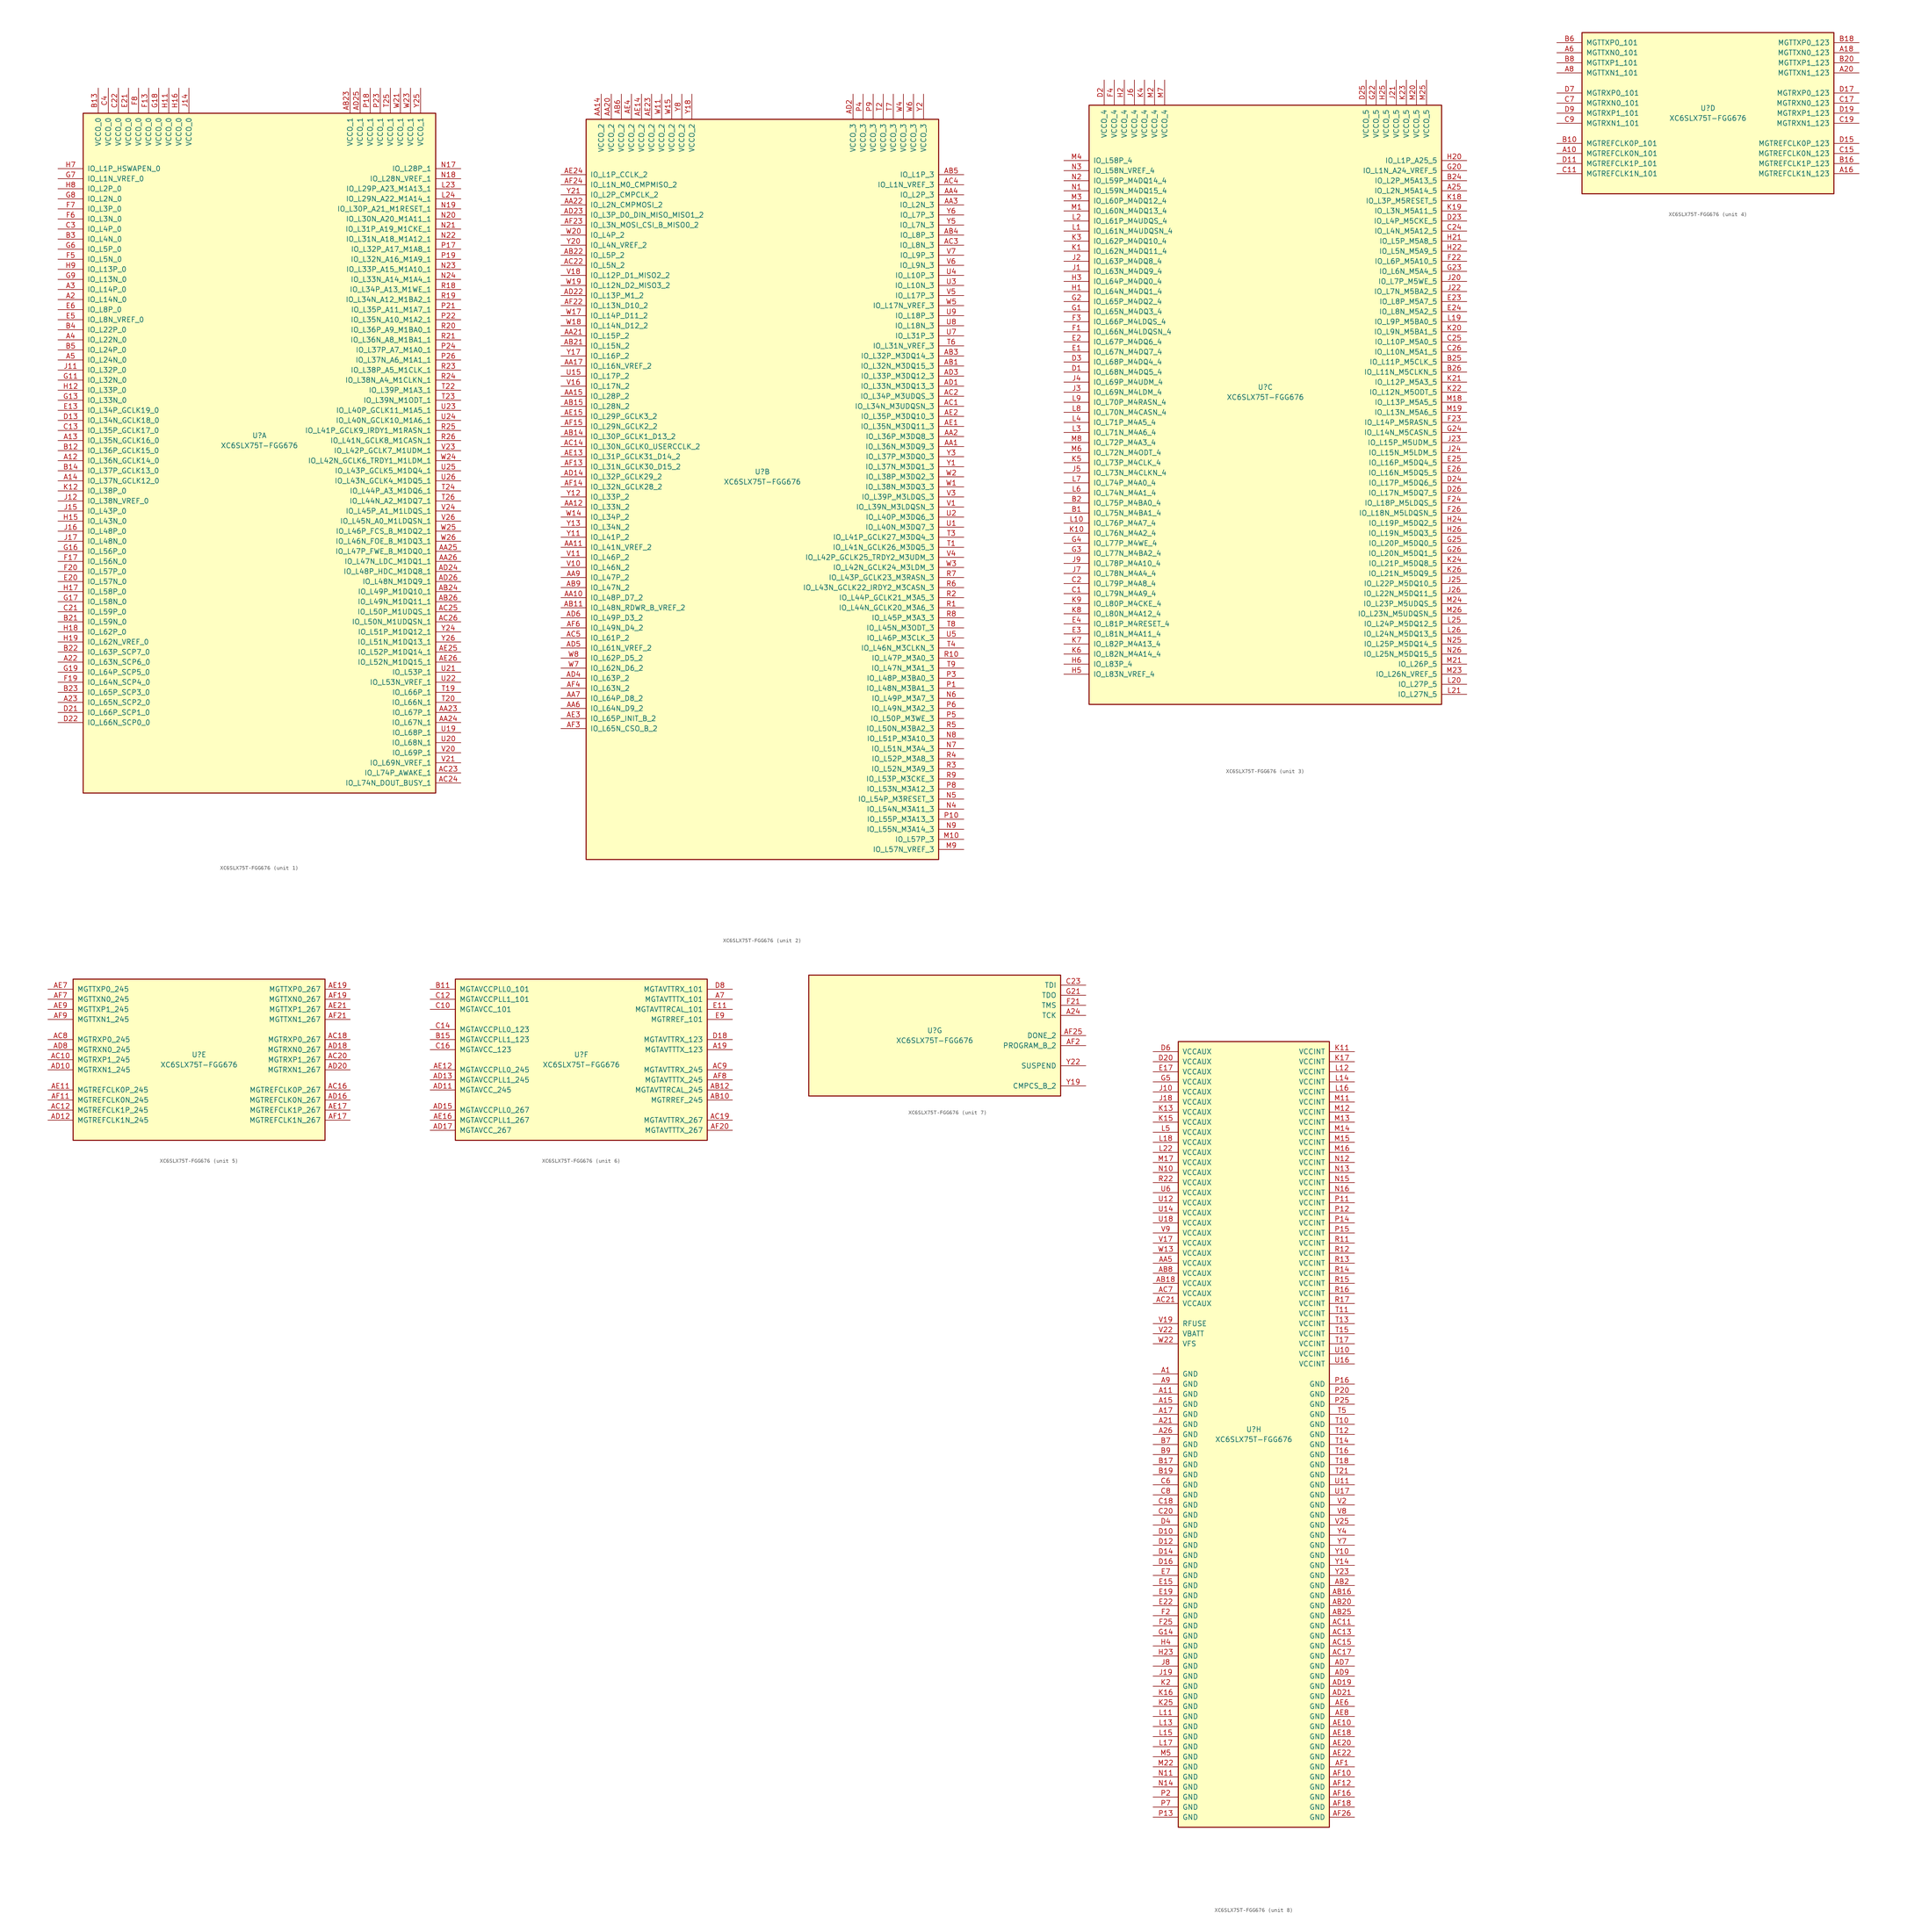
<source format=kicad_sym>
(kicad_symbol_lib
  (version 20211014)
  (generator kicad_symbol_editor)
  (symbol "XC6SLX75T-FGG676"
    (pin_names
      (offset 1.016))
    (property "Reference" "U"
      (at 0 1.27 0)
      (effects (font (size 1.27 1.27))))
    (property "Value" "XC6SLX75T-FGG676"
      (at 0 -1.27 0)
      (effects (font (size 1.27 1.27))))
    (property "Datasheet" ""
      (at 0 0 0)
      (effects (font (size 1.27 1.27))))
    (property "ki_locked" ""
      (at 0 0 0)
      (effects (font (size 1.27 1.27))))
    (symbol "XC6SLX75T-FGG676_1_1"
      (rectangle (start -44.45 82.55) (end 44.45 -88.9) (stroke (width 0.254) (type default) (color 0 0 0 0)) (fill (type background)))
      (pin bidirectional line (at -50.8 -5.08 0) (length 6.35) (name "IO_L36N_GCLK14_0" (effects (font (size 1.27 1.27)))) (number "A12" (effects (font (size 1.27 1.27)))))
      (pin bidirectional line (at -50.8 0 0) (length 6.35) (name "IO_L35N_GCLK16_0" (effects (font (size 1.27 1.27)))) (number "A13" (effects (font (size 1.27 1.27)))))
      (pin bidirectional line (at -50.8 -10.16 0) (length 6.35) (name "IO_L37N_GCLK12_0" (effects (font (size 1.27 1.27)))) (number "A14" (effects (font (size 1.27 1.27)))))
      (pin bidirectional line (at -50.8 35.56 0) (length 6.35) (name "IO_L14N_0" (effects (font (size 1.27 1.27)))) (number "A2" (effects (font (size 1.27 1.27)))))
      (pin bidirectional line (at -50.8 -55.88 0) (length 6.35) (name "IO_L63N_SCP6_0" (effects (font (size 1.27 1.27)))) (number "A22" (effects (font (size 1.27 1.27)))))
      (pin bidirectional line (at -50.8 -66.04 0) (length 6.35) (name "IO_L65N_SCP2_0" (effects (font (size 1.27 1.27)))) (number "A23" (effects (font (size 1.27 1.27)))))
      (pin bidirectional line (at -50.8 38.1 0) (length 6.35) (name "IO_L14P_0" (effects (font (size 1.27 1.27)))) (number "A3" (effects (font (size 1.27 1.27)))))
      (pin bidirectional line (at -50.8 25.4 0) (length 6.35) (name "IO_L22N_0" (effects (font (size 1.27 1.27)))) (number "A4" (effects (font (size 1.27 1.27)))))
      (pin bidirectional line (at -50.8 20.32 0) (length 6.35) (name "IO_L24N_0" (effects (font (size 1.27 1.27)))) (number "A5" (effects (font (size 1.27 1.27)))))
      (pin bidirectional line (at 50.8 -68.58 180) (length 6.35) (name "IO_L67P_1" (effects (font (size 1.27 1.27)))) (number "AA23" (effects (font (size 1.27 1.27)))))
      (pin bidirectional line (at 50.8 -71.12 180) (length 6.35) (name "IO_L67N_1" (effects (font (size 1.27 1.27)))) (number "AA24" (effects (font (size 1.27 1.27)))))
      (pin bidirectional line (at 50.8 -27.94 180) (length 6.35) (name "IO_L47P_FWE_B_M1DQ0_1" (effects (font (size 1.27 1.27)))) (number "AA25" (effects (font (size 1.27 1.27)))))
      (pin bidirectional line (at 50.8 -30.48 180) (length 6.35) (name "IO_L47N_LDC_M1DQ1_1" (effects (font (size 1.27 1.27)))) (number "AA26" (effects (font (size 1.27 1.27)))))
      (pin power_in line (at 22.86 88.9 270) (length 6.35) (name "VCCO_1" (effects (font (size 1.27 1.27)))) (number "AB23" (effects (font (size 1.27 1.27)))))
      (pin bidirectional line (at 50.8 -38.1 180) (length 6.35) (name "IO_L49P_M1DQ10_1" (effects (font (size 1.27 1.27)))) (number "AB24" (effects (font (size 1.27 1.27)))))
      (pin bidirectional line (at 50.8 -40.64 180) (length 6.35) (name "IO_L49N_M1DQ11_1" (effects (font (size 1.27 1.27)))) (number "AB26" (effects (font (size 1.27 1.27)))))
      (pin bidirectional line (at 50.8 -83.82 180) (length 6.35) (name "IO_L74P_AWAKE_1" (effects (font (size 1.27 1.27)))) (number "AC23" (effects (font (size 1.27 1.27)))))
      (pin bidirectional line (at 50.8 -86.36 180) (length 6.35) (name "IO_L74N_DOUT_BUSY_1" (effects (font (size 1.27 1.27)))) (number "AC24" (effects (font (size 1.27 1.27)))))
      (pin bidirectional line (at 50.8 -43.18 180) (length 6.35) (name "IO_L50P_M1UDQS_1" (effects (font (size 1.27 1.27)))) (number "AC25" (effects (font (size 1.27 1.27)))))
      (pin bidirectional line (at 50.8 -45.72 180) (length 6.35) (name "IO_L50N_M1UDQSN_1" (effects (font (size 1.27 1.27)))) (number "AC26" (effects (font (size 1.27 1.27)))))
      (pin bidirectional line (at 50.8 -33.02 180) (length 6.35) (name "IO_L48P_HDC_M1DQ8_1" (effects (font (size 1.27 1.27)))) (number "AD24" (effects (font (size 1.27 1.27)))))
      (pin power_in line (at 25.4 88.9 270) (length 6.35) (name "VCCO_1" (effects (font (size 1.27 1.27)))) (number "AD25" (effects (font (size 1.27 1.27)))))
      (pin bidirectional line (at 50.8 -35.56 180) (length 6.35) (name "IO_L48N_M1DQ9_1" (effects (font (size 1.27 1.27)))) (number "AD26" (effects (font (size 1.27 1.27)))))
      (pin bidirectional line (at 50.8 -53.34 180) (length 6.35) (name "IO_L52P_M1DQ14_1" (effects (font (size 1.27 1.27)))) (number "AE25" (effects (font (size 1.27 1.27)))))
      (pin bidirectional line (at 50.8 -55.88 180) (length 6.35) (name "IO_L52N_M1DQ15_1" (effects (font (size 1.27 1.27)))) (number "AE26" (effects (font (size 1.27 1.27)))))
      (pin bidirectional line (at -50.8 -2.54 0) (length 6.35) (name "IO_L36P_GCLK15_0" (effects (font (size 1.27 1.27)))) (number "B12" (effects (font (size 1.27 1.27)))))
      (pin power_in line (at -40.64 88.9 270) (length 6.35) (name "VCCO_0" (effects (font (size 1.27 1.27)))) (number "B13" (effects (font (size 1.27 1.27)))))
      (pin bidirectional line (at -50.8 -7.62 0) (length 6.35) (name "IO_L37P_GCLK13_0" (effects (font (size 1.27 1.27)))) (number "B14" (effects (font (size 1.27 1.27)))))
      (pin bidirectional line (at -50.8 -45.72 0) (length 6.35) (name "IO_L59N_0" (effects (font (size 1.27 1.27)))) (number "B21" (effects (font (size 1.27 1.27)))))
      (pin bidirectional line (at -50.8 -53.34 0) (length 6.35) (name "IO_L63P_SCP7_0" (effects (font (size 1.27 1.27)))) (number "B22" (effects (font (size 1.27 1.27)))))
      (pin bidirectional line (at -50.8 -63.5 0) (length 6.35) (name "IO_L65P_SCP3_0" (effects (font (size 1.27 1.27)))) (number "B23" (effects (font (size 1.27 1.27)))))
      (pin bidirectional line (at -50.8 50.8 0) (length 6.35) (name "IO_L4N_0" (effects (font (size 1.27 1.27)))) (number "B3" (effects (font (size 1.27 1.27)))))
      (pin bidirectional line (at -50.8 27.94 0) (length 6.35) (name "IO_L22P_0" (effects (font (size 1.27 1.27)))) (number "B4" (effects (font (size 1.27 1.27)))))
      (pin bidirectional line (at -50.8 22.86 0) (length 6.35) (name "IO_L24P_0" (effects (font (size 1.27 1.27)))) (number "B5" (effects (font (size 1.27 1.27)))))
      (pin bidirectional line (at -50.8 2.54 0) (length 6.35) (name "IO_L35P_GCLK17_0" (effects (font (size 1.27 1.27)))) (number "C13" (effects (font (size 1.27 1.27)))))
      (pin bidirectional line (at -50.8 -43.18 0) (length 6.35) (name "IO_L59P_0" (effects (font (size 1.27 1.27)))) (number "C21" (effects (font (size 1.27 1.27)))))
      (pin power_in line (at -35.56 88.9 270) (length 6.35) (name "VCCO_0" (effects (font (size 1.27 1.27)))) (number "C22" (effects (font (size 1.27 1.27)))))
      (pin bidirectional line (at -50.8 53.34 0) (length 6.35) (name "IO_L4P_0" (effects (font (size 1.27 1.27)))) (number "C3" (effects (font (size 1.27 1.27)))))
      (pin power_in line (at -38.1 88.9 270) (length 6.35) (name "VCCO_0" (effects (font (size 1.27 1.27)))) (number "C4" (effects (font (size 1.27 1.27)))))
      (pin bidirectional line (at -50.8 5.08 0) (length 6.35) (name "IO_L34N_GCLK18_0" (effects (font (size 1.27 1.27)))) (number "D13" (effects (font (size 1.27 1.27)))))
      (pin bidirectional line (at -50.8 -68.58 0) (length 6.35) (name "IO_L66P_SCP1_0" (effects (font (size 1.27 1.27)))) (number "D21" (effects (font (size 1.27 1.27)))))
      (pin bidirectional line (at -50.8 -71.12 0) (length 6.35) (name "IO_L66N_SCP0_0" (effects (font (size 1.27 1.27)))) (number "D22" (effects (font (size 1.27 1.27)))))
      (pin bidirectional line (at -50.8 7.62 0) (length 6.35) (name "IO_L34P_GCLK19_0" (effects (font (size 1.27 1.27)))) (number "E13" (effects (font (size 1.27 1.27)))))
      (pin bidirectional line (at -50.8 -35.56 0) (length 6.35) (name "IO_L57N_0" (effects (font (size 1.27 1.27)))) (number "E20" (effects (font (size 1.27 1.27)))))
      (pin power_in line (at -33.02 88.9 270) (length 6.35) (name "VCCO_0" (effects (font (size 1.27 1.27)))) (number "E21" (effects (font (size 1.27 1.27)))))
      (pin bidirectional line (at -50.8 30.48 0) (length 6.35) (name "IO_L8N_VREF_0" (effects (font (size 1.27 1.27)))) (number "E5" (effects (font (size 1.27 1.27)))))
      (pin bidirectional line (at -50.8 33.02 0) (length 6.35) (name "IO_L8P_0" (effects (font (size 1.27 1.27)))) (number "E6" (effects (font (size 1.27 1.27)))))
      (pin power_in line (at -27.94 88.9 270) (length 6.35) (name "VCCO_0" (effects (font (size 1.27 1.27)))) (number "F13" (effects (font (size 1.27 1.27)))))
      (pin bidirectional line (at -50.8 -30.48 0) (length 6.35) (name "IO_L56N_0" (effects (font (size 1.27 1.27)))) (number "F17" (effects (font (size 1.27 1.27)))))
      (pin bidirectional line (at -50.8 -60.96 0) (length 6.35) (name "IO_L64N_SCP4_0" (effects (font (size 1.27 1.27)))) (number "F19" (effects (font (size 1.27 1.27)))))
      (pin bidirectional line (at -50.8 -33.02 0) (length 6.35) (name "IO_L57P_0" (effects (font (size 1.27 1.27)))) (number "F20" (effects (font (size 1.27 1.27)))))
      (pin bidirectional line (at -50.8 45.72 0) (length 6.35) (name "IO_L5N_0" (effects (font (size 1.27 1.27)))) (number "F5" (effects (font (size 1.27 1.27)))))
      (pin bidirectional line (at -50.8 55.88 0) (length 6.35) (name "IO_L3N_0" (effects (font (size 1.27 1.27)))) (number "F6" (effects (font (size 1.27 1.27)))))
      (pin bidirectional line (at -50.8 58.42 0) (length 6.35) (name "IO_L3P_0" (effects (font (size 1.27 1.27)))) (number "F7" (effects (font (size 1.27 1.27)))))
      (pin power_in line (at -30.48 88.9 270) (length 6.35) (name "VCCO_0" (effects (font (size 1.27 1.27)))) (number "F8" (effects (font (size 1.27 1.27)))))
      (pin bidirectional line (at -50.8 15.24 0) (length 6.35) (name "IO_L32N_0" (effects (font (size 1.27 1.27)))) (number "G11" (effects (font (size 1.27 1.27)))))
      (pin bidirectional line (at -50.8 10.16 0) (length 6.35) (name "IO_L33N_0" (effects (font (size 1.27 1.27)))) (number "G13" (effects (font (size 1.27 1.27)))))
      (pin bidirectional line (at -50.8 -27.94 0) (length 6.35) (name "IO_L56P_0" (effects (font (size 1.27 1.27)))) (number "G16" (effects (font (size 1.27 1.27)))))
      (pin bidirectional line (at -50.8 -40.64 0) (length 6.35) (name "IO_L58N_0" (effects (font (size 1.27 1.27)))) (number "G17" (effects (font (size 1.27 1.27)))))
      (pin power_in line (at -25.4 88.9 270) (length 6.35) (name "VCCO_0" (effects (font (size 1.27 1.27)))) (number "G18" (effects (font (size 1.27 1.27)))))
      (pin bidirectional line (at -50.8 -58.42 0) (length 6.35) (name "IO_L64P_SCP5_0" (effects (font (size 1.27 1.27)))) (number "G19" (effects (font (size 1.27 1.27)))))
      (pin bidirectional line (at -50.8 48.26 0) (length 6.35) (name "IO_L5P_0" (effects (font (size 1.27 1.27)))) (number "G6" (effects (font (size 1.27 1.27)))))
      (pin bidirectional line (at -50.8 66.04 0) (length 6.35) (name "IO_L1N_VREF_0" (effects (font (size 1.27 1.27)))) (number "G7" (effects (font (size 1.27 1.27)))))
      (pin bidirectional line (at -50.8 60.96 0) (length 6.35) (name "IO_L2N_0" (effects (font (size 1.27 1.27)))) (number "G8" (effects (font (size 1.27 1.27)))))
      (pin bidirectional line (at -50.8 40.64 0) (length 6.35) (name "IO_L13N_0" (effects (font (size 1.27 1.27)))) (number "G9" (effects (font (size 1.27 1.27)))))
      (pin power_in line (at -22.86 88.9 270) (length 6.35) (name "VCCO_0" (effects (font (size 1.27 1.27)))) (number "H11" (effects (font (size 1.27 1.27)))))
      (pin bidirectional line (at -50.8 12.7 0) (length 6.35) (name "IO_L33P_0" (effects (font (size 1.27 1.27)))) (number "H12" (effects (font (size 1.27 1.27)))))
      (pin bidirectional line (at -50.8 -20.32 0) (length 6.35) (name "IO_L43N_0" (effects (font (size 1.27 1.27)))) (number "H15" (effects (font (size 1.27 1.27)))))
      (pin power_in line (at -20.32 88.9 270) (length 6.35) (name "VCCO_0" (effects (font (size 1.27 1.27)))) (number "H16" (effects (font (size 1.27 1.27)))))
      (pin bidirectional line (at -50.8 -38.1 0) (length 6.35) (name "IO_L58P_0" (effects (font (size 1.27 1.27)))) (number "H17" (effects (font (size 1.27 1.27)))))
      (pin bidirectional line (at -50.8 -48.26 0) (length 6.35) (name "IO_L62P_0" (effects (font (size 1.27 1.27)))) (number "H18" (effects (font (size 1.27 1.27)))))
      (pin bidirectional line (at -50.8 -50.8 0) (length 6.35) (name "IO_L62N_VREF_0" (effects (font (size 1.27 1.27)))) (number "H19" (effects (font (size 1.27 1.27)))))
      (pin bidirectional line (at -50.8 68.58 0) (length 6.35) (name "IO_L1P_HSWAPEN_0" (effects (font (size 1.27 1.27)))) (number "H7" (effects (font (size 1.27 1.27)))))
      (pin bidirectional line (at -50.8 63.5 0) (length 6.35) (name "IO_L2P_0" (effects (font (size 1.27 1.27)))) (number "H8" (effects (font (size 1.27 1.27)))))
      (pin bidirectional line (at -50.8 43.18 0) (length 6.35) (name "IO_L13P_0" (effects (font (size 1.27 1.27)))) (number "H9" (effects (font (size 1.27 1.27)))))
      (pin bidirectional line (at -50.8 17.78 0) (length 6.35) (name "IO_L32P_0" (effects (font (size 1.27 1.27)))) (number "J11" (effects (font (size 1.27 1.27)))))
      (pin bidirectional line (at -50.8 -15.24 0) (length 6.35) (name "IO_L38N_VREF_0" (effects (font (size 1.27 1.27)))) (number "J12" (effects (font (size 1.27 1.27)))))
      (pin power_in line (at -17.78 88.9 270) (length 6.35) (name "VCCO_0" (effects (font (size 1.27 1.27)))) (number "J14" (effects (font (size 1.27 1.27)))))
      (pin bidirectional line (at -50.8 -17.78 0) (length 6.35) (name "IO_L43P_0" (effects (font (size 1.27 1.27)))) (number "J15" (effects (font (size 1.27 1.27)))))
      (pin bidirectional line (at -50.8 -22.86 0) (length 6.35) (name "IO_L48P_0" (effects (font (size 1.27 1.27)))) (number "J16" (effects (font (size 1.27 1.27)))))
      (pin bidirectional line (at -50.8 -25.4 0) (length 6.35) (name "IO_L48N_0" (effects (font (size 1.27 1.27)))) (number "J17" (effects (font (size 1.27 1.27)))))
      (pin bidirectional line (at -50.8 -12.7 0) (length 6.35) (name "IO_L38P_0" (effects (font (size 1.27 1.27)))) (number "K12" (effects (font (size 1.27 1.27)))))
      (pin bidirectional line (at 50.8 63.5 180) (length 6.35) (name "IO_L29P_A23_M1A13_1" (effects (font (size 1.27 1.27)))) (number "L23" (effects (font (size 1.27 1.27)))))
      (pin bidirectional line (at 50.8 60.96 180) (length 6.35) (name "IO_L29N_A22_M1A14_1" (effects (font (size 1.27 1.27)))) (number "L24" (effects (font (size 1.27 1.27)))))
      (pin bidirectional line (at 50.8 68.58 180) (length 6.35) (name "IO_L28P_1" (effects (font (size 1.27 1.27)))) (number "N17" (effects (font (size 1.27 1.27)))))
      (pin bidirectional line (at 50.8 66.04 180) (length 6.35) (name "IO_L28N_VREF_1" (effects (font (size 1.27 1.27)))) (number "N18" (effects (font (size 1.27 1.27)))))
      (pin bidirectional line (at 50.8 58.42 180) (length 6.35) (name "IO_L30P_A21_M1RESET_1" (effects (font (size 1.27 1.27)))) (number "N19" (effects (font (size 1.27 1.27)))))
      (pin bidirectional line (at 50.8 55.88 180) (length 6.35) (name "IO_L30N_A20_M1A11_1" (effects (font (size 1.27 1.27)))) (number "N20" (effects (font (size 1.27 1.27)))))
      (pin bidirectional line (at 50.8 53.34 180) (length 6.35) (name "IO_L31P_A19_M1CKE_1" (effects (font (size 1.27 1.27)))) (number "N21" (effects (font (size 1.27 1.27)))))
      (pin bidirectional line (at 50.8 50.8 180) (length 6.35) (name "IO_L31N_A18_M1A12_1" (effects (font (size 1.27 1.27)))) (number "N22" (effects (font (size 1.27 1.27)))))
      (pin bidirectional line (at 50.8 43.18 180) (length 6.35) (name "IO_L33P_A15_M1A10_1" (effects (font (size 1.27 1.27)))) (number "N23" (effects (font (size 1.27 1.27)))))
      (pin bidirectional line (at 50.8 40.64 180) (length 6.35) (name "IO_L33N_A14_M1A4_1" (effects (font (size 1.27 1.27)))) (number "N24" (effects (font (size 1.27 1.27)))))
      (pin bidirectional line (at 50.8 48.26 180) (length 6.35) (name "IO_L32P_A17_M1A8_1" (effects (font (size 1.27 1.27)))) (number "P17" (effects (font (size 1.27 1.27)))))
      (pin power_in line (at 27.94 88.9 270) (length 6.35) (name "VCCO_1" (effects (font (size 1.27 1.27)))) (number "P18" (effects (font (size 1.27 1.27)))))
      (pin bidirectional line (at 50.8 45.72 180) (length 6.35) (name "IO_L32N_A16_M1A9_1" (effects (font (size 1.27 1.27)))) (number "P19" (effects (font (size 1.27 1.27)))))
      (pin bidirectional line (at 50.8 33.02 180) (length 6.35) (name "IO_L35P_A11_M1A7_1" (effects (font (size 1.27 1.27)))) (number "P21" (effects (font (size 1.27 1.27)))))
      (pin bidirectional line (at 50.8 30.48 180) (length 6.35) (name "IO_L35N_A10_M1A2_1" (effects (font (size 1.27 1.27)))) (number "P22" (effects (font (size 1.27 1.27)))))
      (pin power_in line (at 30.48 88.9 270) (length 6.35) (name "VCCO_1" (effects (font (size 1.27 1.27)))) (number "P23" (effects (font (size 1.27 1.27)))))
      (pin bidirectional line (at 50.8 22.86 180) (length 6.35) (name "IO_L37P_A7_M1A0_1" (effects (font (size 1.27 1.27)))) (number "P24" (effects (font (size 1.27 1.27)))))
      (pin bidirectional line (at 50.8 20.32 180) (length 6.35) (name "IO_L37N_A6_M1A1_1" (effects (font (size 1.27 1.27)))) (number "P26" (effects (font (size 1.27 1.27)))))
      (pin bidirectional line (at 50.8 38.1 180) (length 6.35) (name "IO_L34P_A13_M1WE_1" (effects (font (size 1.27 1.27)))) (number "R18" (effects (font (size 1.27 1.27)))))
      (pin bidirectional line (at 50.8 35.56 180) (length 6.35) (name "IO_L34N_A12_M1BA2_1" (effects (font (size 1.27 1.27)))) (number "R19" (effects (font (size 1.27 1.27)))))
      (pin bidirectional line (at 50.8 27.94 180) (length 6.35) (name "IO_L36P_A9_M1BA0_1" (effects (font (size 1.27 1.27)))) (number "R20" (effects (font (size 1.27 1.27)))))
      (pin bidirectional line (at 50.8 25.4 180) (length 6.35) (name "IO_L36N_A8_M1BA1_1" (effects (font (size 1.27 1.27)))) (number "R21" (effects (font (size 1.27 1.27)))))
      (pin bidirectional line (at 50.8 17.78 180) (length 6.35) (name "IO_L38P_A5_M1CLK_1" (effects (font (size 1.27 1.27)))) (number "R23" (effects (font (size 1.27 1.27)))))
      (pin bidirectional line (at 50.8 15.24 180) (length 6.35) (name "IO_L38N_A4_M1CLKN_1" (effects (font (size 1.27 1.27)))) (number "R24" (effects (font (size 1.27 1.27)))))
      (pin bidirectional line (at 50.8 2.54 180) (length 6.35) (name "IO_L41P_GCLK9_IRDY1_M1RASN_1" (effects (font (size 1.27 1.27)))) (number "R25" (effects (font (size 1.27 1.27)))))
      (pin bidirectional line (at 50.8 0 180) (length 6.35) (name "IO_L41N_GCLK8_M1CASN_1" (effects (font (size 1.27 1.27)))) (number "R26" (effects (font (size 1.27 1.27)))))
      (pin bidirectional line (at 50.8 -63.5 180) (length 6.35) (name "IO_L66P_1" (effects (font (size 1.27 1.27)))) (number "T19" (effects (font (size 1.27 1.27)))))
      (pin bidirectional line (at 50.8 -66.04 180) (length 6.35) (name "IO_L66N_1" (effects (font (size 1.27 1.27)))) (number "T20" (effects (font (size 1.27 1.27)))))
      (pin bidirectional line (at 50.8 12.7 180) (length 6.35) (name "IO_L39P_M1A3_1" (effects (font (size 1.27 1.27)))) (number "T22" (effects (font (size 1.27 1.27)))))
      (pin bidirectional line (at 50.8 10.16 180) (length 6.35) (name "IO_L39N_M1ODT_1" (effects (font (size 1.27 1.27)))) (number "T23" (effects (font (size 1.27 1.27)))))
      (pin bidirectional line (at 50.8 -12.7 180) (length 6.35) (name "IO_L44P_A3_M1DQ6_1" (effects (font (size 1.27 1.27)))) (number "T24" (effects (font (size 1.27 1.27)))))
      (pin power_in line (at 33.02 88.9 270) (length 6.35) (name "VCCO_1" (effects (font (size 1.27 1.27)))) (number "T25" (effects (font (size 1.27 1.27)))))
      (pin bidirectional line (at 50.8 -15.24 180) (length 6.35) (name "IO_L44N_A2_M1DQ7_1" (effects (font (size 1.27 1.27)))) (number "T26" (effects (font (size 1.27 1.27)))))
      (pin bidirectional line (at 50.8 -73.66 180) (length 6.35) (name "IO_L68P_1" (effects (font (size 1.27 1.27)))) (number "U19" (effects (font (size 1.27 1.27)))))
      (pin bidirectional line (at 50.8 -76.2 180) (length 6.35) (name "IO_L68N_1" (effects (font (size 1.27 1.27)))) (number "U20" (effects (font (size 1.27 1.27)))))
      (pin bidirectional line (at 50.8 -58.42 180) (length 6.35) (name "IO_L53P_1" (effects (font (size 1.27 1.27)))) (number "U21" (effects (font (size 1.27 1.27)))))
      (pin bidirectional line (at 50.8 -60.96 180) (length 6.35) (name "IO_L53N_VREF_1" (effects (font (size 1.27 1.27)))) (number "U22" (effects (font (size 1.27 1.27)))))
      (pin bidirectional line (at 50.8 7.62 180) (length 6.35) (name "IO_L40P_GCLK11_M1A5_1" (effects (font (size 1.27 1.27)))) (number "U23" (effects (font (size 1.27 1.27)))))
      (pin bidirectional line (at 50.8 5.08 180) (length 6.35) (name "IO_L40N_GCLK10_M1A6_1" (effects (font (size 1.27 1.27)))) (number "U24" (effects (font (size 1.27 1.27)))))
      (pin bidirectional line (at 50.8 -7.62 180) (length 6.35) (name "IO_L43P_GCLK5_M1DQ4_1" (effects (font (size 1.27 1.27)))) (number "U25" (effects (font (size 1.27 1.27)))))
      (pin bidirectional line (at 50.8 -10.16 180) (length 6.35) (name "IO_L43N_GCLK4_M1DQ5_1" (effects (font (size 1.27 1.27)))) (number "U26" (effects (font (size 1.27 1.27)))))
      (pin bidirectional line (at 50.8 -78.74 180) (length 6.35) (name "IO_L69P_1" (effects (font (size 1.27 1.27)))) (number "V20" (effects (font (size 1.27 1.27)))))
      (pin bidirectional line (at 50.8 -81.28 180) (length 6.35) (name "IO_L69N_VREF_1" (effects (font (size 1.27 1.27)))) (number "V21" (effects (font (size 1.27 1.27)))))
      (pin bidirectional line (at 50.8 -2.54 180) (length 6.35) (name "IO_L42P_GCLK7_M1UDM_1" (effects (font (size 1.27 1.27)))) (number "V23" (effects (font (size 1.27 1.27)))))
      (pin bidirectional line (at 50.8 -17.78 180) (length 6.35) (name "IO_L45P_A1_M1LDQS_1" (effects (font (size 1.27 1.27)))) (number "V24" (effects (font (size 1.27 1.27)))))
      (pin bidirectional line (at 50.8 -20.32 180) (length 6.35) (name "IO_L45N_A0_M1LDQSN_1" (effects (font (size 1.27 1.27)))) (number "V26" (effects (font (size 1.27 1.27)))))
      (pin power_in line (at 35.56 88.9 270) (length 6.35) (name "VCCO_1" (effects (font (size 1.27 1.27)))) (number "W21" (effects (font (size 1.27 1.27)))))
      (pin power_in line (at 38.1 88.9 270) (length 6.35) (name "VCCO_1" (effects (font (size 1.27 1.27)))) (number "W23" (effects (font (size 1.27 1.27)))))
      (pin bidirectional line (at 50.8 -5.08 180) (length 6.35) (name "IO_L42N_GCLK6_TRDY1_M1LDM_1" (effects (font (size 1.27 1.27)))) (number "W24" (effects (font (size 1.27 1.27)))))
      (pin bidirectional line (at 50.8 -22.86 180) (length 6.35) (name "IO_L46P_FCS_B_M1DQ2_1" (effects (font (size 1.27 1.27)))) (number "W25" (effects (font (size 1.27 1.27)))))
      (pin bidirectional line (at 50.8 -25.4 180) (length 6.35) (name "IO_L46N_FOE_B_M1DQ3_1" (effects (font (size 1.27 1.27)))) (number "W26" (effects (font (size 1.27 1.27)))))
      (pin bidirectional line (at 50.8 -48.26 180) (length 6.35) (name "IO_L51P_M1DQ12_1" (effects (font (size 1.27 1.27)))) (number "Y24" (effects (font (size 1.27 1.27)))))
      (pin power_in line (at 40.64 88.9 270) (length 6.35) (name "VCCO_1" (effects (font (size 1.27 1.27)))) (number "Y25" (effects (font (size 1.27 1.27)))))
      (pin bidirectional line (at 50.8 -50.8 180) (length 6.35) (name "IO_L51N_M1DQ13_1" (effects (font (size 1.27 1.27)))) (number "Y26" (effects (font (size 1.27 1.27))))))
    (symbol "XC6SLX75T-FGG676_2_1"
      (rectangle (start -44.45 90.17) (end 44.45 -96.52) (stroke (width 0.254) (type default) (color 0 0 0 0)) (fill (type background)))
      (pin bidirectional line (at 50.8 7.62 180) (length 6.35) (name "IO_L36N_M3DQ9_3" (effects (font (size 1.27 1.27)))) (number "AA1" (effects (font (size 1.27 1.27)))))
      (pin bidirectional line (at -50.8 -30.48 0) (length 6.35) (name "IO_L48P_D7_2" (effects (font (size 1.27 1.27)))) (number "AA10" (effects (font (size 1.27 1.27)))))
      (pin bidirectional line (at -50.8 -17.78 0) (length 6.35) (name "IO_L41N_VREF_2" (effects (font (size 1.27 1.27)))) (number "AA11" (effects (font (size 1.27 1.27)))))
      (pin bidirectional line (at -50.8 -7.62 0) (length 6.35) (name "IO_L33N_2" (effects (font (size 1.27 1.27)))) (number "AA12" (effects (font (size 1.27 1.27)))))
      (pin power_in line (at -40.64 96.52 270) (length 6.35) (name "VCCO_2" (effects (font (size 1.27 1.27)))) (number "AA14" (effects (font (size 1.27 1.27)))))
      (pin bidirectional line (at -50.8 20.32 0) (length 6.35) (name "IO_L28P_2" (effects (font (size 1.27 1.27)))) (number "AA15" (effects (font (size 1.27 1.27)))))
      (pin bidirectional line (at -50.8 27.94 0) (length 6.35) (name "IO_L16N_VREF_2" (effects (font (size 1.27 1.27)))) (number "AA17" (effects (font (size 1.27 1.27)))))
      (pin bidirectional line (at 50.8 10.16 180) (length 6.35) (name "IO_L36P_M3DQ8_3" (effects (font (size 1.27 1.27)))) (number "AA2" (effects (font (size 1.27 1.27)))))
      (pin power_in line (at -38.1 96.52 270) (length 6.35) (name "VCCO_2" (effects (font (size 1.27 1.27)))) (number "AA20" (effects (font (size 1.27 1.27)))))
      (pin bidirectional line (at -50.8 35.56 0) (length 6.35) (name "IO_L15P_2" (effects (font (size 1.27 1.27)))) (number "AA21" (effects (font (size 1.27 1.27)))))
      (pin bidirectional line (at -50.8 68.58 0) (length 6.35) (name "IO_L2N_CMPMOSI_2" (effects (font (size 1.27 1.27)))) (number "AA22" (effects (font (size 1.27 1.27)))))
      (pin bidirectional line (at 50.8 68.58 180) (length 6.35) (name "IO_L2N_3" (effects (font (size 1.27 1.27)))) (number "AA3" (effects (font (size 1.27 1.27)))))
      (pin bidirectional line (at 50.8 71.12 180) (length 6.35) (name "IO_L2P_3" (effects (font (size 1.27 1.27)))) (number "AA4" (effects (font (size 1.27 1.27)))))
      (pin bidirectional line (at -50.8 -58.42 0) (length 6.35) (name "IO_L64N_D9_2" (effects (font (size 1.27 1.27)))) (number "AA6" (effects (font (size 1.27 1.27)))))
      (pin bidirectional line (at -50.8 -55.88 0) (length 6.35) (name "IO_L64P_D8_2" (effects (font (size 1.27 1.27)))) (number "AA7" (effects (font (size 1.27 1.27)))))
      (pin bidirectional line (at -50.8 -25.4 0) (length 6.35) (name "IO_L47P_2" (effects (font (size 1.27 1.27)))) (number "AA9" (effects (font (size 1.27 1.27)))))
      (pin bidirectional line (at 50.8 27.94 180) (length 6.35) (name "IO_L32N_M3DQ15_3" (effects (font (size 1.27 1.27)))) (number "AB1" (effects (font (size 1.27 1.27)))))
      (pin bidirectional line (at -50.8 -33.02 0) (length 6.35) (name "IO_L48N_RDWR_B_VREF_2" (effects (font (size 1.27 1.27)))) (number "AB11" (effects (font (size 1.27 1.27)))))
      (pin bidirectional line (at -50.8 10.16 0) (length 6.35) (name "IO_L30P_GCLK1_D13_2" (effects (font (size 1.27 1.27)))) (number "AB14" (effects (font (size 1.27 1.27)))))
      (pin bidirectional line (at -50.8 17.78 0) (length 6.35) (name "IO_L28N_2" (effects (font (size 1.27 1.27)))) (number "AB15" (effects (font (size 1.27 1.27)))))
      (pin bidirectional line (at -50.8 33.02 0) (length 6.35) (name "IO_L15N_2" (effects (font (size 1.27 1.27)))) (number "AB21" (effects (font (size 1.27 1.27)))))
      (pin bidirectional line (at -50.8 55.88 0) (length 6.35) (name "IO_L5P_2" (effects (font (size 1.27 1.27)))) (number "AB22" (effects (font (size 1.27 1.27)))))
      (pin bidirectional line (at 50.8 30.48 180) (length 6.35) (name "IO_L32P_M3DQ14_3" (effects (font (size 1.27 1.27)))) (number "AB3" (effects (font (size 1.27 1.27)))))
      (pin bidirectional line (at 50.8 60.96 180) (length 6.35) (name "IO_L8P_3" (effects (font (size 1.27 1.27)))) (number "AB4" (effects (font (size 1.27 1.27)))))
      (pin bidirectional line (at 50.8 76.2 180) (length 6.35) (name "IO_L1P_3" (effects (font (size 1.27 1.27)))) (number "AB5" (effects (font (size 1.27 1.27)))))
      (pin power_in line (at -35.56 96.52 270) (length 6.35) (name "VCCO_2" (effects (font (size 1.27 1.27)))) (number "AB6" (effects (font (size 1.27 1.27)))))
      (pin bidirectional line (at -50.8 -27.94 0) (length 6.35) (name "IO_L47N_2" (effects (font (size 1.27 1.27)))) (number "AB9" (effects (font (size 1.27 1.27)))))
      (pin bidirectional line (at 50.8 17.78 180) (length 6.35) (name "IO_L34N_M3UDQSN_3" (effects (font (size 1.27 1.27)))) (number "AC1" (effects (font (size 1.27 1.27)))))
      (pin bidirectional line (at -50.8 7.62 0) (length 6.35) (name "IO_L30N_GCLK0_USERCCLK_2" (effects (font (size 1.27 1.27)))) (number "AC14" (effects (font (size 1.27 1.27)))))
      (pin bidirectional line (at 50.8 20.32 180) (length 6.35) (name "IO_L34P_M3UDQS_3" (effects (font (size 1.27 1.27)))) (number "AC2" (effects (font (size 1.27 1.27)))))
      (pin bidirectional line (at -50.8 53.34 0) (length 6.35) (name "IO_L5N_2" (effects (font (size 1.27 1.27)))) (number "AC22" (effects (font (size 1.27 1.27)))))
      (pin bidirectional line (at 50.8 58.42 180) (length 6.35) (name "IO_L8N_3" (effects (font (size 1.27 1.27)))) (number "AC3" (effects (font (size 1.27 1.27)))))
      (pin bidirectional line (at 50.8 73.66 180) (length 6.35) (name "IO_L1N_VREF_3" (effects (font (size 1.27 1.27)))) (number "AC4" (effects (font (size 1.27 1.27)))))
      (pin bidirectional line (at -50.8 -40.64 0) (length 6.35) (name "IO_L61P_2" (effects (font (size 1.27 1.27)))) (number "AC5" (effects (font (size 1.27 1.27)))))
      (pin bidirectional line (at 50.8 22.86 180) (length 6.35) (name "IO_L33N_M3DQ13_3" (effects (font (size 1.27 1.27)))) (number "AD1" (effects (font (size 1.27 1.27)))))
      (pin bidirectional line (at -50.8 0 0) (length 6.35) (name "IO_L32P_GCLK29_2" (effects (font (size 1.27 1.27)))) (number "AD14" (effects (font (size 1.27 1.27)))))
      (pin power_in line (at 22.86 96.52 270) (length 6.35) (name "VCCO_3" (effects (font (size 1.27 1.27)))) (number "AD2" (effects (font (size 1.27 1.27)))))
      (pin bidirectional line (at -50.8 45.72 0) (length 6.35) (name "IO_L13P_M1_2" (effects (font (size 1.27 1.27)))) (number "AD22" (effects (font (size 1.27 1.27)))))
      (pin bidirectional line (at -50.8 66.04 0) (length 6.35) (name "IO_L3P_D0_DIN_MISO_MISO1_2" (effects (font (size 1.27 1.27)))) (number "AD23" (effects (font (size 1.27 1.27)))))
      (pin bidirectional line (at 50.8 25.4 180) (length 6.35) (name "IO_L33P_M3DQ12_3" (effects (font (size 1.27 1.27)))) (number "AD3" (effects (font (size 1.27 1.27)))))
      (pin bidirectional line (at -50.8 -50.8 0) (length 6.35) (name "IO_L63P_2" (effects (font (size 1.27 1.27)))) (number "AD4" (effects (font (size 1.27 1.27)))))
      (pin bidirectional line (at -50.8 -43.18 0) (length 6.35) (name "IO_L61N_VREF_2" (effects (font (size 1.27 1.27)))) (number "AD5" (effects (font (size 1.27 1.27)))))
      (pin bidirectional line (at -50.8 -35.56 0) (length 6.35) (name "IO_L49P_D3_2" (effects (font (size 1.27 1.27)))) (number "AD6" (effects (font (size 1.27 1.27)))))
      (pin bidirectional line (at 50.8 12.7 180) (length 6.35) (name "IO_L35N_M3DQ11_3" (effects (font (size 1.27 1.27)))) (number "AE1" (effects (font (size 1.27 1.27)))))
      (pin bidirectional line (at -50.8 5.08 0) (length 6.35) (name "IO_L31P_GCLK31_D14_2" (effects (font (size 1.27 1.27)))) (number "AE13" (effects (font (size 1.27 1.27)))))
      (pin power_in line (at -30.48 96.52 270) (length 6.35) (name "VCCO_2" (effects (font (size 1.27 1.27)))) (number "AE14" (effects (font (size 1.27 1.27)))))
      (pin bidirectional line (at -50.8 15.24 0) (length 6.35) (name "IO_L29P_GCLK3_2" (effects (font (size 1.27 1.27)))) (number "AE15" (effects (font (size 1.27 1.27)))))
      (pin bidirectional line (at 50.8 15.24 180) (length 6.35) (name "IO_L35P_M3DQ10_3" (effects (font (size 1.27 1.27)))) (number "AE2" (effects (font (size 1.27 1.27)))))
      (pin power_in line (at -27.94 96.52 270) (length 6.35) (name "VCCO_2" (effects (font (size 1.27 1.27)))) (number "AE23" (effects (font (size 1.27 1.27)))))
      (pin bidirectional line (at -50.8 76.2 0) (length 6.35) (name "IO_L1P_CCLK_2" (effects (font (size 1.27 1.27)))) (number "AE24" (effects (font (size 1.27 1.27)))))
      (pin bidirectional line (at -50.8 -60.96 0) (length 6.35) (name "IO_L65P_INIT_B_2" (effects (font (size 1.27 1.27)))) (number "AE3" (effects (font (size 1.27 1.27)))))
      (pin power_in line (at -33.02 96.52 270) (length 6.35) (name "VCCO_2" (effects (font (size 1.27 1.27)))) (number "AE4" (effects (font (size 1.27 1.27)))))
      (pin bidirectional line (at -50.8 2.54 0) (length 6.35) (name "IO_L31N_GCLK30_D15_2" (effects (font (size 1.27 1.27)))) (number "AF13" (effects (font (size 1.27 1.27)))))
      (pin bidirectional line (at -50.8 -2.54 0) (length 6.35) (name "IO_L32N_GCLK28_2" (effects (font (size 1.27 1.27)))) (number "AF14" (effects (font (size 1.27 1.27)))))
      (pin bidirectional line (at -50.8 12.7 0) (length 6.35) (name "IO_L29N_GCLK2_2" (effects (font (size 1.27 1.27)))) (number "AF15" (effects (font (size 1.27 1.27)))))
      (pin bidirectional line (at -50.8 43.18 0) (length 6.35) (name "IO_L13N_D10_2" (effects (font (size 1.27 1.27)))) (number "AF22" (effects (font (size 1.27 1.27)))))
      (pin bidirectional line (at -50.8 63.5 0) (length 6.35) (name "IO_L3N_MOSI_CSI_B_MISO0_2" (effects (font (size 1.27 1.27)))) (number "AF23" (effects (font (size 1.27 1.27)))))
      (pin bidirectional line (at -50.8 73.66 0) (length 6.35) (name "IO_L1N_M0_CMPMISO_2" (effects (font (size 1.27 1.27)))) (number "AF24" (effects (font (size 1.27 1.27)))))
      (pin bidirectional line (at -50.8 -63.5 0) (length 6.35) (name "IO_L65N_CSO_B_2" (effects (font (size 1.27 1.27)))) (number "AF3" (effects (font (size 1.27 1.27)))))
      (pin bidirectional line (at -50.8 -53.34 0) (length 6.35) (name "IO_L63N_2" (effects (font (size 1.27 1.27)))) (number "AF4" (effects (font (size 1.27 1.27)))))
      (pin bidirectional line (at -50.8 -38.1 0) (length 6.35) (name "IO_L49N_D4_2" (effects (font (size 1.27 1.27)))) (number "AF6" (effects (font (size 1.27 1.27)))))
      (pin bidirectional line (at 50.8 -91.44 180) (length 6.35) (name "IO_L57P_3" (effects (font (size 1.27 1.27)))) (number "M10" (effects (font (size 1.27 1.27)))))
      (pin bidirectional line (at 50.8 -93.98 180) (length 6.35) (name "IO_L57N_VREF_3" (effects (font (size 1.27 1.27)))) (number "M9" (effects (font (size 1.27 1.27)))))
      (pin bidirectional line (at 50.8 -83.82 180) (length 6.35) (name "IO_L54N_M3A11_3" (effects (font (size 1.27 1.27)))) (number "N4" (effects (font (size 1.27 1.27)))))
      (pin bidirectional line (at 50.8 -81.28 180) (length 6.35) (name "IO_L54P_M3RESET_3" (effects (font (size 1.27 1.27)))) (number "N5" (effects (font (size 1.27 1.27)))))
      (pin bidirectional line (at 50.8 -55.88 180) (length 6.35) (name "IO_L49P_M3A7_3" (effects (font (size 1.27 1.27)))) (number "N6" (effects (font (size 1.27 1.27)))))
      (pin bidirectional line (at 50.8 -68.58 180) (length 6.35) (name "IO_L51N_M3A4_3" (effects (font (size 1.27 1.27)))) (number "N7" (effects (font (size 1.27 1.27)))))
      (pin bidirectional line (at 50.8 -66.04 180) (length 6.35) (name "IO_L51P_M3A10_3" (effects (font (size 1.27 1.27)))) (number "N8" (effects (font (size 1.27 1.27)))))
      (pin bidirectional line (at 50.8 -88.9 180) (length 6.35) (name "IO_L55N_M3A14_3" (effects (font (size 1.27 1.27)))) (number "N9" (effects (font (size 1.27 1.27)))))
      (pin bidirectional line (at 50.8 -53.34 180) (length 6.35) (name "IO_L48N_M3BA1_3" (effects (font (size 1.27 1.27)))) (number "P1" (effects (font (size 1.27 1.27)))))
      (pin bidirectional line (at 50.8 -86.36 180) (length 6.35) (name "IO_L55P_M3A13_3" (effects (font (size 1.27 1.27)))) (number "P10" (effects (font (size 1.27 1.27)))))
      (pin bidirectional line (at 50.8 -50.8 180) (length 6.35) (name "IO_L48P_M3BA0_3" (effects (font (size 1.27 1.27)))) (number "P3" (effects (font (size 1.27 1.27)))))
      (pin power_in line (at 25.4 96.52 270) (length 6.35) (name "VCCO_3" (effects (font (size 1.27 1.27)))) (number "P4" (effects (font (size 1.27 1.27)))))
      (pin bidirectional line (at 50.8 -60.96 180) (length 6.35) (name "IO_L50P_M3WE_3" (effects (font (size 1.27 1.27)))) (number "P5" (effects (font (size 1.27 1.27)))))
      (pin bidirectional line (at 50.8 -58.42 180) (length 6.35) (name "IO_L49N_M3A2_3" (effects (font (size 1.27 1.27)))) (number "P6" (effects (font (size 1.27 1.27)))))
      (pin bidirectional line (at 50.8 -78.74 180) (length 6.35) (name "IO_L53N_M3A12_3" (effects (font (size 1.27 1.27)))) (number "P8" (effects (font (size 1.27 1.27)))))
      (pin power_in line (at 27.94 96.52 270) (length 6.35) (name "VCCO_3" (effects (font (size 1.27 1.27)))) (number "P9" (effects (font (size 1.27 1.27)))))
      (pin bidirectional line (at 50.8 -33.02 180) (length 6.35) (name "IO_L44N_GCLK20_M3A6_3" (effects (font (size 1.27 1.27)))) (number "R1" (effects (font (size 1.27 1.27)))))
      (pin bidirectional line (at 50.8 -45.72 180) (length 6.35) (name "IO_L47P_M3A0_3" (effects (font (size 1.27 1.27)))) (number "R10" (effects (font (size 1.27 1.27)))))
      (pin bidirectional line (at 50.8 -30.48 180) (length 6.35) (name "IO_L44P_GCLK21_M3A5_3" (effects (font (size 1.27 1.27)))) (number "R2" (effects (font (size 1.27 1.27)))))
      (pin bidirectional line (at 50.8 -73.66 180) (length 6.35) (name "IO_L52N_M3A9_3" (effects (font (size 1.27 1.27)))) (number "R3" (effects (font (size 1.27 1.27)))))
      (pin bidirectional line (at 50.8 -71.12 180) (length 6.35) (name "IO_L52P_M3A8_3" (effects (font (size 1.27 1.27)))) (number "R4" (effects (font (size 1.27 1.27)))))
      (pin bidirectional line (at 50.8 -63.5 180) (length 6.35) (name "IO_L50N_M3BA2_3" (effects (font (size 1.27 1.27)))) (number "R5" (effects (font (size 1.27 1.27)))))
      (pin bidirectional line (at 50.8 -27.94 180) (length 6.35) (name "IO_L43N_GCLK22_IRDY2_M3CASN_3" (effects (font (size 1.27 1.27)))) (number "R6" (effects (font (size 1.27 1.27)))))
      (pin bidirectional line (at 50.8 -25.4 180) (length 6.35) (name "IO_L43P_GCLK23_M3RASN_3" (effects (font (size 1.27 1.27)))) (number "R7" (effects (font (size 1.27 1.27)))))
      (pin bidirectional line (at 50.8 -35.56 180) (length 6.35) (name "IO_L45P_M3A3_3" (effects (font (size 1.27 1.27)))) (number "R8" (effects (font (size 1.27 1.27)))))
      (pin bidirectional line (at 50.8 -76.2 180) (length 6.35) (name "IO_L53P_M3CKE_3" (effects (font (size 1.27 1.27)))) (number "R9" (effects (font (size 1.27 1.27)))))
      (pin bidirectional line (at 50.8 -17.78 180) (length 6.35) (name "IO_L41N_GCLK26_M3DQ5_3" (effects (font (size 1.27 1.27)))) (number "T1" (effects (font (size 1.27 1.27)))))
      (pin power_in line (at 30.48 96.52 270) (length 6.35) (name "VCCO_3" (effects (font (size 1.27 1.27)))) (number "T2" (effects (font (size 1.27 1.27)))))
      (pin bidirectional line (at 50.8 -15.24 180) (length 6.35) (name "IO_L41P_GCLK27_M3DQ4_3" (effects (font (size 1.27 1.27)))) (number "T3" (effects (font (size 1.27 1.27)))))
      (pin bidirectional line (at 50.8 -43.18 180) (length 6.35) (name "IO_L46N_M3CLKN_3" (effects (font (size 1.27 1.27)))) (number "T4" (effects (font (size 1.27 1.27)))))
      (pin bidirectional line (at 50.8 33.02 180) (length 6.35) (name "IO_L31N_VREF_3" (effects (font (size 1.27 1.27)))) (number "T6" (effects (font (size 1.27 1.27)))))
      (pin power_in line (at 33.02 96.52 270) (length 6.35) (name "VCCO_3" (effects (font (size 1.27 1.27)))) (number "T7" (effects (font (size 1.27 1.27)))))
      (pin bidirectional line (at 50.8 -38.1 180) (length 6.35) (name "IO_L45N_M3ODT_3" (effects (font (size 1.27 1.27)))) (number "T8" (effects (font (size 1.27 1.27)))))
      (pin bidirectional line (at 50.8 -48.26 180) (length 6.35) (name "IO_L47N_M3A1_3" (effects (font (size 1.27 1.27)))) (number "T9" (effects (font (size 1.27 1.27)))))
      (pin bidirectional line (at 50.8 -12.7 180) (length 6.35) (name "IO_L40N_M3DQ7_3" (effects (font (size 1.27 1.27)))) (number "U1" (effects (font (size 1.27 1.27)))))
      (pin bidirectional line (at -50.8 25.4 0) (length 6.35) (name "IO_L17P_2" (effects (font (size 1.27 1.27)))) (number "U15" (effects (font (size 1.27 1.27)))))
      (pin bidirectional line (at 50.8 -10.16 180) (length 6.35) (name "IO_L40P_M3DQ6_3" (effects (font (size 1.27 1.27)))) (number "U2" (effects (font (size 1.27 1.27)))))
      (pin bidirectional line (at 50.8 48.26 180) (length 6.35) (name "IO_L10N_3" (effects (font (size 1.27 1.27)))) (number "U3" (effects (font (size 1.27 1.27)))))
      (pin bidirectional line (at 50.8 50.8 180) (length 6.35) (name "IO_L10P_3" (effects (font (size 1.27 1.27)))) (number "U4" (effects (font (size 1.27 1.27)))))
      (pin bidirectional line (at 50.8 -40.64 180) (length 6.35) (name "IO_L46P_M3CLK_3" (effects (font (size 1.27 1.27)))) (number "U5" (effects (font (size 1.27 1.27)))))
      (pin bidirectional line (at 50.8 35.56 180) (length 6.35) (name "IO_L31P_3" (effects (font (size 1.27 1.27)))) (number "U7" (effects (font (size 1.27 1.27)))))
      (pin bidirectional line (at 50.8 38.1 180) (length 6.35) (name "IO_L18N_3" (effects (font (size 1.27 1.27)))) (number "U8" (effects (font (size 1.27 1.27)))))
      (pin bidirectional line (at 50.8 40.64 180) (length 6.35) (name "IO_L18P_3" (effects (font (size 1.27 1.27)))) (number "U9" (effects (font (size 1.27 1.27)))))
      (pin bidirectional line (at 50.8 -7.62 180) (length 6.35) (name "IO_L39N_M3LDQSN_3" (effects (font (size 1.27 1.27)))) (number "V1" (effects (font (size 1.27 1.27)))))
      (pin bidirectional line (at -50.8 -22.86 0) (length 6.35) (name "IO_L46N_2" (effects (font (size 1.27 1.27)))) (number "V10" (effects (font (size 1.27 1.27)))))
      (pin bidirectional line (at -50.8 -20.32 0) (length 6.35) (name "IO_L46P_2" (effects (font (size 1.27 1.27)))) (number "V11" (effects (font (size 1.27 1.27)))))
      (pin bidirectional line (at -50.8 22.86 0) (length 6.35) (name "IO_L17N_2" (effects (font (size 1.27 1.27)))) (number "V16" (effects (font (size 1.27 1.27)))))
      (pin bidirectional line (at -50.8 50.8 0) (length 6.35) (name "IO_L12P_D1_MISO2_2" (effects (font (size 1.27 1.27)))) (number "V18" (effects (font (size 1.27 1.27)))))
      (pin bidirectional line (at 50.8 -5.08 180) (length 6.35) (name "IO_L39P_M3LDQS_3" (effects (font (size 1.27 1.27)))) (number "V3" (effects (font (size 1.27 1.27)))))
      (pin bidirectional line (at 50.8 -20.32 180) (length 6.35) (name "IO_L42P_GCLK25_TRDY2_M3UDM_3" (effects (font (size 1.27 1.27)))) (number "V4" (effects (font (size 1.27 1.27)))))
      (pin bidirectional line (at 50.8 45.72 180) (length 6.35) (name "IO_L17P_3" (effects (font (size 1.27 1.27)))) (number "V5" (effects (font (size 1.27 1.27)))))
      (pin bidirectional line (at 50.8 53.34 180) (length 6.35) (name "IO_L9N_3" (effects (font (size 1.27 1.27)))) (number "V6" (effects (font (size 1.27 1.27)))))
      (pin bidirectional line (at 50.8 55.88 180) (length 6.35) (name "IO_L9P_3" (effects (font (size 1.27 1.27)))) (number "V7" (effects (font (size 1.27 1.27)))))
      (pin bidirectional line (at 50.8 -2.54 180) (length 6.35) (name "IO_L38N_M3DQ3_3" (effects (font (size 1.27 1.27)))) (number "W1" (effects (font (size 1.27 1.27)))))
      (pin power_in line (at -25.4 96.52 270) (length 6.35) (name "VCCO_2" (effects (font (size 1.27 1.27)))) (number "W11" (effects (font (size 1.27 1.27)))))
      (pin bidirectional line (at -50.8 -10.16 0) (length 6.35) (name "IO_L34P_2" (effects (font (size 1.27 1.27)))) (number "W14" (effects (font (size 1.27 1.27)))))
      (pin power_in line (at -22.86 96.52 270) (length 6.35) (name "VCCO_2" (effects (font (size 1.27 1.27)))) (number "W15" (effects (font (size 1.27 1.27)))))
      (pin bidirectional line (at -50.8 40.64 0) (length 6.35) (name "IO_L14P_D11_2" (effects (font (size 1.27 1.27)))) (number "W17" (effects (font (size 1.27 1.27)))))
      (pin bidirectional line (at -50.8 38.1 0) (length 6.35) (name "IO_L14N_D12_2" (effects (font (size 1.27 1.27)))) (number "W18" (effects (font (size 1.27 1.27)))))
      (pin bidirectional line (at -50.8 48.26 0) (length 6.35) (name "IO_L12N_D2_MISO3_2" (effects (font (size 1.27 1.27)))) (number "W19" (effects (font (size 1.27 1.27)))))
      (pin bidirectional line (at 50.8 0 180) (length 6.35) (name "IO_L38P_M3DQ2_3" (effects (font (size 1.27 1.27)))) (number "W2" (effects (font (size 1.27 1.27)))))
      (pin bidirectional line (at -50.8 60.96 0) (length 6.35) (name "IO_L4P_2" (effects (font (size 1.27 1.27)))) (number "W20" (effects (font (size 1.27 1.27)))))
      (pin bidirectional line (at 50.8 -22.86 180) (length 6.35) (name "IO_L42N_GCLK24_M3LDM_3" (effects (font (size 1.27 1.27)))) (number "W3" (effects (font (size 1.27 1.27)))))
      (pin power_in line (at 35.56 96.52 270) (length 6.35) (name "VCCO_3" (effects (font (size 1.27 1.27)))) (number "W4" (effects (font (size 1.27 1.27)))))
      (pin bidirectional line (at 50.8 43.18 180) (length 6.35) (name "IO_L17N_VREF_3" (effects (font (size 1.27 1.27)))) (number "W5" (effects (font (size 1.27 1.27)))))
      (pin power_in line (at 38.1 96.52 270) (length 6.35) (name "VCCO_3" (effects (font (size 1.27 1.27)))) (number "W6" (effects (font (size 1.27 1.27)))))
      (pin bidirectional line (at -50.8 -48.26 0) (length 6.35) (name "IO_L62N_D6_2" (effects (font (size 1.27 1.27)))) (number "W7" (effects (font (size 1.27 1.27)))))
      (pin bidirectional line (at -50.8 -45.72 0) (length 6.35) (name "IO_L62P_D5_2" (effects (font (size 1.27 1.27)))) (number "W8" (effects (font (size 1.27 1.27)))))
      (pin bidirectional line (at 50.8 2.54 180) (length 6.35) (name "IO_L37N_M3DQ1_3" (effects (font (size 1.27 1.27)))) (number "Y1" (effects (font (size 1.27 1.27)))))
      (pin bidirectional line (at -50.8 -15.24 0) (length 6.35) (name "IO_L41P_2" (effects (font (size 1.27 1.27)))) (number "Y11" (effects (font (size 1.27 1.27)))))
      (pin bidirectional line (at -50.8 -5.08 0) (length 6.35) (name "IO_L33P_2" (effects (font (size 1.27 1.27)))) (number "Y12" (effects (font (size 1.27 1.27)))))
      (pin bidirectional line (at -50.8 -12.7 0) (length 6.35) (name "IO_L34N_2" (effects (font (size 1.27 1.27)))) (number "Y13" (effects (font (size 1.27 1.27)))))
      (pin bidirectional line (at -50.8 30.48 0) (length 6.35) (name "IO_L16P_2" (effects (font (size 1.27 1.27)))) (number "Y17" (effects (font (size 1.27 1.27)))))
      (pin power_in line (at -17.78 96.52 270) (length 6.35) (name "VCCO_2" (effects (font (size 1.27 1.27)))) (number "Y18" (effects (font (size 1.27 1.27)))))
      (pin power_in line (at 40.64 96.52 270) (length 6.35) (name "VCCO_3" (effects (font (size 1.27 1.27)))) (number "Y2" (effects (font (size 1.27 1.27)))))
      (pin bidirectional line (at -50.8 58.42 0) (length 6.35) (name "IO_L4N_VREF_2" (effects (font (size 1.27 1.27)))) (number "Y20" (effects (font (size 1.27 1.27)))))
      (pin bidirectional line (at -50.8 71.12 0) (length 6.35) (name "IO_L2P_CMPCLK_2" (effects (font (size 1.27 1.27)))) (number "Y21" (effects (font (size 1.27 1.27)))))
      (pin bidirectional line (at 50.8 5.08 180) (length 6.35) (name "IO_L37P_M3DQ0_3" (effects (font (size 1.27 1.27)))) (number "Y3" (effects (font (size 1.27 1.27)))))
      (pin bidirectional line (at 50.8 63.5 180) (length 6.35) (name "IO_L7N_3" (effects (font (size 1.27 1.27)))) (number "Y5" (effects (font (size 1.27 1.27)))))
      (pin bidirectional line (at 50.8 66.04 180) (length 6.35) (name "IO_L7P_3" (effects (font (size 1.27 1.27)))) (number "Y6" (effects (font (size 1.27 1.27)))))
      (pin power_in line (at -20.32 96.52 270) (length 6.35) (name "VCCO_2" (effects (font (size 1.27 1.27)))) (number "Y8" (effects (font (size 1.27 1.27))))))
    (symbol "XC6SLX75T-FGG676_3_1"
      (rectangle (start -44.45 72.39) (end 44.45 -78.74) (stroke (width 0.254) (type default) (color 0 0 0 0)) (fill (type background)))
      (pin bidirectional line (at 50.8 50.8 180) (length 6.35) (name "IO_L2N_M5A14_5" (effects (font (size 1.27 1.27)))) (number "A25" (effects (font (size 1.27 1.27)))))
      (pin bidirectional line (at -50.8 -30.48 0) (length 6.35) (name "IO_L75N_M4BA1_4" (effects (font (size 1.27 1.27)))) (number "B1" (effects (font (size 1.27 1.27)))))
      (pin bidirectional line (at -50.8 -27.94 0) (length 6.35) (name "IO_L75P_M4BA0_4" (effects (font (size 1.27 1.27)))) (number "B2" (effects (font (size 1.27 1.27)))))
      (pin bidirectional line (at 50.8 53.34 180) (length 6.35) (name "IO_L2P_M5A13_5" (effects (font (size 1.27 1.27)))) (number "B24" (effects (font (size 1.27 1.27)))))
      (pin bidirectional line (at 50.8 7.62 180) (length 6.35) (name "IO_L11P_M5CLK_5" (effects (font (size 1.27 1.27)))) (number "B25" (effects (font (size 1.27 1.27)))))
      (pin bidirectional line (at 50.8 5.08 180) (length 6.35) (name "IO_L11N_M5CLKN_5" (effects (font (size 1.27 1.27)))) (number "B26" (effects (font (size 1.27 1.27)))))
      (pin bidirectional line (at -50.8 -50.8 0) (length 6.35) (name "IO_L79N_M4A9_4" (effects (font (size 1.27 1.27)))) (number "C1" (effects (font (size 1.27 1.27)))))
      (pin bidirectional line (at -50.8 -48.26 0) (length 6.35) (name "IO_L79P_M4A8_4" (effects (font (size 1.27 1.27)))) (number "C2" (effects (font (size 1.27 1.27)))))
      (pin bidirectional line (at 50.8 40.64 180) (length 6.35) (name "IO_L4N_M5A12_5" (effects (font (size 1.27 1.27)))) (number "C24" (effects (font (size 1.27 1.27)))))
      (pin bidirectional line (at 50.8 12.7 180) (length 6.35) (name "IO_L10P_M5A0_5" (effects (font (size 1.27 1.27)))) (number "C25" (effects (font (size 1.27 1.27)))))
      (pin bidirectional line (at 50.8 10.16 180) (length 6.35) (name "IO_L10N_M5A1_5" (effects (font (size 1.27 1.27)))) (number "C26" (effects (font (size 1.27 1.27)))))
      (pin bidirectional line (at -50.8 5.08 0) (length 6.35) (name "IO_L68N_M4DQ5_4" (effects (font (size 1.27 1.27)))) (number "D1" (effects (font (size 1.27 1.27)))))
      (pin power_in line (at -40.64 78.74 270) (length 6.35) (name "VCCO_4" (effects (font (size 1.27 1.27)))) (number "D2" (effects (font (size 1.27 1.27)))))
      (pin bidirectional line (at 50.8 43.18 180) (length 6.35) (name "IO_L4P_M5CKE_5" (effects (font (size 1.27 1.27)))) (number "D23" (effects (font (size 1.27 1.27)))))
      (pin bidirectional line (at 50.8 -22.86 180) (length 6.35) (name "IO_L17P_M5DQ6_5" (effects (font (size 1.27 1.27)))) (number "D24" (effects (font (size 1.27 1.27)))))
      (pin power_in line (at 25.4 78.74 270) (length 6.35) (name "VCCO_5" (effects (font (size 1.27 1.27)))) (number "D25" (effects (font (size 1.27 1.27)))))
      (pin bidirectional line (at 50.8 -25.4 180) (length 6.35) (name "IO_L17N_M5DQ7_5" (effects (font (size 1.27 1.27)))) (number "D26" (effects (font (size 1.27 1.27)))))
      (pin bidirectional line (at -50.8 7.62 0) (length 6.35) (name "IO_L68P_M4DQ4_4" (effects (font (size 1.27 1.27)))) (number "D3" (effects (font (size 1.27 1.27)))))
      (pin bidirectional line (at -50.8 10.16 0) (length 6.35) (name "IO_L67N_M4DQ7_4" (effects (font (size 1.27 1.27)))) (number "E1" (effects (font (size 1.27 1.27)))))
      (pin bidirectional line (at -50.8 12.7 0) (length 6.35) (name "IO_L67P_M4DQ6_4" (effects (font (size 1.27 1.27)))) (number "E2" (effects (font (size 1.27 1.27)))))
      (pin bidirectional line (at 50.8 22.86 180) (length 6.35) (name "IO_L8P_M5A7_5" (effects (font (size 1.27 1.27)))) (number "E23" (effects (font (size 1.27 1.27)))))
      (pin bidirectional line (at 50.8 20.32 180) (length 6.35) (name "IO_L8N_M5A2_5" (effects (font (size 1.27 1.27)))) (number "E24" (effects (font (size 1.27 1.27)))))
      (pin bidirectional line (at 50.8 -17.78 180) (length 6.35) (name "IO_L16P_M5DQ4_5" (effects (font (size 1.27 1.27)))) (number "E25" (effects (font (size 1.27 1.27)))))
      (pin bidirectional line (at 50.8 -20.32 180) (length 6.35) (name "IO_L16N_M5DQ5_5" (effects (font (size 1.27 1.27)))) (number "E26" (effects (font (size 1.27 1.27)))))
      (pin bidirectional line (at -50.8 -60.96 0) (length 6.35) (name "IO_L81N_M4A11_4" (effects (font (size 1.27 1.27)))) (number "E3" (effects (font (size 1.27 1.27)))))
      (pin bidirectional line (at -50.8 -58.42 0) (length 6.35) (name "IO_L81P_M4RESET_4" (effects (font (size 1.27 1.27)))) (number "E4" (effects (font (size 1.27 1.27)))))
      (pin bidirectional line (at -50.8 15.24 0) (length 6.35) (name "IO_L66N_M4LDQSN_4" (effects (font (size 1.27 1.27)))) (number "F1" (effects (font (size 1.27 1.27)))))
      (pin bidirectional line (at 50.8 33.02 180) (length 6.35) (name "IO_L6P_M5A10_5" (effects (font (size 1.27 1.27)))) (number "F22" (effects (font (size 1.27 1.27)))))
      (pin bidirectional line (at 50.8 -7.62 180) (length 6.35) (name "IO_L14P_M5RASN_5" (effects (font (size 1.27 1.27)))) (number "F23" (effects (font (size 1.27 1.27)))))
      (pin bidirectional line (at 50.8 -27.94 180) (length 6.35) (name "IO_L18P_M5LDQS_5" (effects (font (size 1.27 1.27)))) (number "F24" (effects (font (size 1.27 1.27)))))
      (pin bidirectional line (at 50.8 -30.48 180) (length 6.35) (name "IO_L18N_M5LDQSN_5" (effects (font (size 1.27 1.27)))) (number "F26" (effects (font (size 1.27 1.27)))))
      (pin bidirectional line (at -50.8 17.78 0) (length 6.35) (name "IO_L66P_M4LDQS_4" (effects (font (size 1.27 1.27)))) (number "F3" (effects (font (size 1.27 1.27)))))
      (pin power_in line (at -38.1 78.74 270) (length 6.35) (name "VCCO_4" (effects (font (size 1.27 1.27)))) (number "F4" (effects (font (size 1.27 1.27)))))
      (pin bidirectional line (at -50.8 20.32 0) (length 6.35) (name "IO_L65N_M4DQ3_4" (effects (font (size 1.27 1.27)))) (number "G1" (effects (font (size 1.27 1.27)))))
      (pin bidirectional line (at -50.8 22.86 0) (length 6.35) (name "IO_L65P_M4DQ2_4" (effects (font (size 1.27 1.27)))) (number "G2" (effects (font (size 1.27 1.27)))))
      (pin bidirectional line (at 50.8 55.88 180) (length 6.35) (name "IO_L1N_A24_VREF_5" (effects (font (size 1.27 1.27)))) (number "G20" (effects (font (size 1.27 1.27)))))
      (pin power_in line (at 27.94 78.74 270) (length 6.35) (name "VCCO_5" (effects (font (size 1.27 1.27)))) (number "G22" (effects (font (size 1.27 1.27)))))
      (pin bidirectional line (at 50.8 30.48 180) (length 6.35) (name "IO_L6N_M5A4_5" (effects (font (size 1.27 1.27)))) (number "G23" (effects (font (size 1.27 1.27)))))
      (pin bidirectional line (at 50.8 -10.16 180) (length 6.35) (name "IO_L14N_M5CASN_5" (effects (font (size 1.27 1.27)))) (number "G24" (effects (font (size 1.27 1.27)))))
      (pin bidirectional line (at 50.8 -38.1 180) (length 6.35) (name "IO_L20P_M5DQ0_5" (effects (font (size 1.27 1.27)))) (number "G25" (effects (font (size 1.27 1.27)))))
      (pin bidirectional line (at 50.8 -40.64 180) (length 6.35) (name "IO_L20N_M5DQ1_5" (effects (font (size 1.27 1.27)))) (number "G26" (effects (font (size 1.27 1.27)))))
      (pin bidirectional line (at -50.8 -40.64 0) (length 6.35) (name "IO_L77N_M4BA2_4" (effects (font (size 1.27 1.27)))) (number "G3" (effects (font (size 1.27 1.27)))))
      (pin bidirectional line (at -50.8 -38.1 0) (length 6.35) (name "IO_L77P_M4WE_4" (effects (font (size 1.27 1.27)))) (number "G4" (effects (font (size 1.27 1.27)))))
      (pin bidirectional line (at -50.8 25.4 0) (length 6.35) (name "IO_L64N_M4DQ1_4" (effects (font (size 1.27 1.27)))) (number "H1" (effects (font (size 1.27 1.27)))))
      (pin power_in line (at -35.56 78.74 270) (length 6.35) (name "VCCO_4" (effects (font (size 1.27 1.27)))) (number "H2" (effects (font (size 1.27 1.27)))))
      (pin bidirectional line (at 50.8 58.42 180) (length 6.35) (name "IO_L1P_A25_5" (effects (font (size 1.27 1.27)))) (number "H20" (effects (font (size 1.27 1.27)))))
      (pin bidirectional line (at 50.8 38.1 180) (length 6.35) (name "IO_L5P_M5A8_5" (effects (font (size 1.27 1.27)))) (number "H21" (effects (font (size 1.27 1.27)))))
      (pin bidirectional line (at 50.8 35.56 180) (length 6.35) (name "IO_L5N_M5A9_5" (effects (font (size 1.27 1.27)))) (number "H22" (effects (font (size 1.27 1.27)))))
      (pin bidirectional line (at 50.8 -33.02 180) (length 6.35) (name "IO_L19P_M5DQ2_5" (effects (font (size 1.27 1.27)))) (number "H24" (effects (font (size 1.27 1.27)))))
      (pin power_in line (at 30.48 78.74 270) (length 6.35) (name "VCCO_5" (effects (font (size 1.27 1.27)))) (number "H25" (effects (font (size 1.27 1.27)))))
      (pin bidirectional line (at 50.8 -35.56 180) (length 6.35) (name "IO_L19N_M5DQ3_5" (effects (font (size 1.27 1.27)))) (number "H26" (effects (font (size 1.27 1.27)))))
      (pin bidirectional line (at -50.8 27.94 0) (length 6.35) (name "IO_L64P_M4DQ0_4" (effects (font (size 1.27 1.27)))) (number "H3" (effects (font (size 1.27 1.27)))))
      (pin bidirectional line (at -50.8 -71.12 0) (length 6.35) (name "IO_L83N_VREF_4" (effects (font (size 1.27 1.27)))) (number "H5" (effects (font (size 1.27 1.27)))))
      (pin bidirectional line (at -50.8 -68.58 0) (length 6.35) (name "IO_L83P_4" (effects (font (size 1.27 1.27)))) (number "H6" (effects (font (size 1.27 1.27)))))
      (pin bidirectional line (at -50.8 30.48 0) (length 6.35) (name "IO_L63N_M4DQ9_4" (effects (font (size 1.27 1.27)))) (number "J1" (effects (font (size 1.27 1.27)))))
      (pin bidirectional line (at -50.8 33.02 0) (length 6.35) (name "IO_L63P_M4DQ8_4" (effects (font (size 1.27 1.27)))) (number "J2" (effects (font (size 1.27 1.27)))))
      (pin bidirectional line (at 50.8 27.94 180) (length 6.35) (name "IO_L7P_M5WE_5" (effects (font (size 1.27 1.27)))) (number "J20" (effects (font (size 1.27 1.27)))))
      (pin power_in line (at 33.02 78.74 270) (length 6.35) (name "VCCO_5" (effects (font (size 1.27 1.27)))) (number "J21" (effects (font (size 1.27 1.27)))))
      (pin bidirectional line (at 50.8 25.4 180) (length 6.35) (name "IO_L7N_M5BA2_5" (effects (font (size 1.27 1.27)))) (number "J22" (effects (font (size 1.27 1.27)))))
      (pin bidirectional line (at 50.8 -12.7 180) (length 6.35) (name "IO_L15P_M5UDM_5" (effects (font (size 1.27 1.27)))) (number "J23" (effects (font (size 1.27 1.27)))))
      (pin bidirectional line (at 50.8 -15.24 180) (length 6.35) (name "IO_L15N_M5LDM_5" (effects (font (size 1.27 1.27)))) (number "J24" (effects (font (size 1.27 1.27)))))
      (pin bidirectional line (at 50.8 -48.26 180) (length 6.35) (name "IO_L22P_M5DQ10_5" (effects (font (size 1.27 1.27)))) (number "J25" (effects (font (size 1.27 1.27)))))
      (pin bidirectional line (at 50.8 -50.8 180) (length 6.35) (name "IO_L22N_M5DQ11_5" (effects (font (size 1.27 1.27)))) (number "J26" (effects (font (size 1.27 1.27)))))
      (pin bidirectional line (at -50.8 0 0) (length 6.35) (name "IO_L69N_M4LDM_4" (effects (font (size 1.27 1.27)))) (number "J3" (effects (font (size 1.27 1.27)))))
      (pin bidirectional line (at -50.8 2.54 0) (length 6.35) (name "IO_L69P_M4UDM_4" (effects (font (size 1.27 1.27)))) (number "J4" (effects (font (size 1.27 1.27)))))
      (pin bidirectional line (at -50.8 -20.32 0) (length 6.35) (name "IO_L73N_M4CLKN_4" (effects (font (size 1.27 1.27)))) (number "J5" (effects (font (size 1.27 1.27)))))
      (pin power_in line (at -33.02 78.74 270) (length 6.35) (name "VCCO_4" (effects (font (size 1.27 1.27)))) (number "J6" (effects (font (size 1.27 1.27)))))
      (pin bidirectional line (at -50.8 -45.72 0) (length 6.35) (name "IO_L78N_M4A4_4" (effects (font (size 1.27 1.27)))) (number "J7" (effects (font (size 1.27 1.27)))))
      (pin bidirectional line (at -50.8 -43.18 0) (length 6.35) (name "IO_L78P_M4A10_4" (effects (font (size 1.27 1.27)))) (number "J9" (effects (font (size 1.27 1.27)))))
      (pin bidirectional line (at -50.8 35.56 0) (length 6.35) (name "IO_L62N_M4DQ11_4" (effects (font (size 1.27 1.27)))) (number "K1" (effects (font (size 1.27 1.27)))))
      (pin bidirectional line (at -50.8 -35.56 0) (length 6.35) (name "IO_L76N_M4A2_4" (effects (font (size 1.27 1.27)))) (number "K10" (effects (font (size 1.27 1.27)))))
      (pin bidirectional line (at 50.8 48.26 180) (length 6.35) (name "IO_L3P_M5RESET_5" (effects (font (size 1.27 1.27)))) (number "K18" (effects (font (size 1.27 1.27)))))
      (pin bidirectional line (at 50.8 45.72 180) (length 6.35) (name "IO_L3N_M5A11_5" (effects (font (size 1.27 1.27)))) (number "K19" (effects (font (size 1.27 1.27)))))
      (pin bidirectional line (at 50.8 15.24 180) (length 6.35) (name "IO_L9N_M5BA1_5" (effects (font (size 1.27 1.27)))) (number "K20" (effects (font (size 1.27 1.27)))))
      (pin bidirectional line (at 50.8 2.54 180) (length 6.35) (name "IO_L12P_M5A3_5" (effects (font (size 1.27 1.27)))) (number "K21" (effects (font (size 1.27 1.27)))))
      (pin bidirectional line (at 50.8 0 180) (length 6.35) (name "IO_L12N_M5ODT_5" (effects (font (size 1.27 1.27)))) (number "K22" (effects (font (size 1.27 1.27)))))
      (pin power_in line (at 35.56 78.74 270) (length 6.35) (name "VCCO_5" (effects (font (size 1.27 1.27)))) (number "K23" (effects (font (size 1.27 1.27)))))
      (pin bidirectional line (at 50.8 -43.18 180) (length 6.35) (name "IO_L21P_M5DQ8_5" (effects (font (size 1.27 1.27)))) (number "K24" (effects (font (size 1.27 1.27)))))
      (pin bidirectional line (at 50.8 -45.72 180) (length 6.35) (name "IO_L21N_M5DQ9_5" (effects (font (size 1.27 1.27)))) (number "K26" (effects (font (size 1.27 1.27)))))
      (pin bidirectional line (at -50.8 38.1 0) (length 6.35) (name "IO_L62P_M4DQ10_4" (effects (font (size 1.27 1.27)))) (number "K3" (effects (font (size 1.27 1.27)))))
      (pin power_in line (at -30.48 78.74 270) (length 6.35) (name "VCCO_4" (effects (font (size 1.27 1.27)))) (number "K4" (effects (font (size 1.27 1.27)))))
      (pin bidirectional line (at -50.8 -17.78 0) (length 6.35) (name "IO_L73P_M4CLK_4" (effects (font (size 1.27 1.27)))) (number "K5" (effects (font (size 1.27 1.27)))))
      (pin bidirectional line (at -50.8 -66.04 0) (length 6.35) (name "IO_L82N_M4A14_4" (effects (font (size 1.27 1.27)))) (number "K6" (effects (font (size 1.27 1.27)))))
      (pin bidirectional line (at -50.8 -63.5 0) (length 6.35) (name "IO_L82P_M4A13_4" (effects (font (size 1.27 1.27)))) (number "K7" (effects (font (size 1.27 1.27)))))
      (pin bidirectional line (at -50.8 -55.88 0) (length 6.35) (name "IO_L80N_M4A12_4" (effects (font (size 1.27 1.27)))) (number "K8" (effects (font (size 1.27 1.27)))))
      (pin bidirectional line (at -50.8 -53.34 0) (length 6.35) (name "IO_L80P_M4CKE_4" (effects (font (size 1.27 1.27)))) (number "K9" (effects (font (size 1.27 1.27)))))
      (pin bidirectional line (at -50.8 40.64 0) (length 6.35) (name "IO_L61N_M4UDQSN_4" (effects (font (size 1.27 1.27)))) (number "L1" (effects (font (size 1.27 1.27)))))
      (pin bidirectional line (at -50.8 -33.02 0) (length 6.35) (name "IO_L76P_M4A7_4" (effects (font (size 1.27 1.27)))) (number "L10" (effects (font (size 1.27 1.27)))))
      (pin bidirectional line (at 50.8 17.78 180) (length 6.35) (name "IO_L9P_M5BA0_5" (effects (font (size 1.27 1.27)))) (number "L19" (effects (font (size 1.27 1.27)))))
      (pin bidirectional line (at -50.8 43.18 0) (length 6.35) (name "IO_L61P_M4UDQS_4" (effects (font (size 1.27 1.27)))) (number "L2" (effects (font (size 1.27 1.27)))))
      (pin bidirectional line (at 50.8 -73.66 180) (length 6.35) (name "IO_L27P_5" (effects (font (size 1.27 1.27)))) (number "L20" (effects (font (size 1.27 1.27)))))
      (pin bidirectional line (at 50.8 -76.2 180) (length 6.35) (name "IO_L27N_5" (effects (font (size 1.27 1.27)))) (number "L21" (effects (font (size 1.27 1.27)))))
      (pin bidirectional line (at 50.8 -58.42 180) (length 6.35) (name "IO_L24P_M5DQ12_5" (effects (font (size 1.27 1.27)))) (number "L25" (effects (font (size 1.27 1.27)))))
      (pin bidirectional line (at 50.8 -60.96 180) (length 6.35) (name "IO_L24N_M5DQ13_5" (effects (font (size 1.27 1.27)))) (number "L26" (effects (font (size 1.27 1.27)))))
      (pin bidirectional line (at -50.8 -10.16 0) (length 6.35) (name "IO_L71N_M4A6_4" (effects (font (size 1.27 1.27)))) (number "L3" (effects (font (size 1.27 1.27)))))
      (pin bidirectional line (at -50.8 -7.62 0) (length 6.35) (name "IO_L71P_M4A5_4" (effects (font (size 1.27 1.27)))) (number "L4" (effects (font (size 1.27 1.27)))))
      (pin bidirectional line (at -50.8 -25.4 0) (length 6.35) (name "IO_L74N_M4A1_4" (effects (font (size 1.27 1.27)))) (number "L6" (effects (font (size 1.27 1.27)))))
      (pin bidirectional line (at -50.8 -22.86 0) (length 6.35) (name "IO_L74P_M4A0_4" (effects (font (size 1.27 1.27)))) (number "L7" (effects (font (size 1.27 1.27)))))
      (pin bidirectional line (at -50.8 -5.08 0) (length 6.35) (name "IO_L70N_M4CASN_4" (effects (font (size 1.27 1.27)))) (number "L8" (effects (font (size 1.27 1.27)))))
      (pin bidirectional line (at -50.8 -2.54 0) (length 6.35) (name "IO_L70P_M4RASN_4" (effects (font (size 1.27 1.27)))) (number "L9" (effects (font (size 1.27 1.27)))))
      (pin bidirectional line (at -50.8 45.72 0) (length 6.35) (name "IO_L60N_M4DQ13_4" (effects (font (size 1.27 1.27)))) (number "M1" (effects (font (size 1.27 1.27)))))
      (pin bidirectional line (at 50.8 -2.54 180) (length 6.35) (name "IO_L13P_M5A5_5" (effects (font (size 1.27 1.27)))) (number "M18" (effects (font (size 1.27 1.27)))))
      (pin bidirectional line (at 50.8 -5.08 180) (length 6.35) (name "IO_L13N_M5A6_5" (effects (font (size 1.27 1.27)))) (number "M19" (effects (font (size 1.27 1.27)))))
      (pin power_in line (at -27.94 78.74 270) (length 6.35) (name "VCCO_4" (effects (font (size 1.27 1.27)))) (number "M2" (effects (font (size 1.27 1.27)))))
      (pin power_in line (at 38.1 78.74 270) (length 6.35) (name "VCCO_5" (effects (font (size 1.27 1.27)))) (number "M20" (effects (font (size 1.27 1.27)))))
      (pin bidirectional line (at 50.8 -68.58 180) (length 6.35) (name "IO_L26P_5" (effects (font (size 1.27 1.27)))) (number "M21" (effects (font (size 1.27 1.27)))))
      (pin bidirectional line (at 50.8 -71.12 180) (length 6.35) (name "IO_L26N_VREF_5" (effects (font (size 1.27 1.27)))) (number "M23" (effects (font (size 1.27 1.27)))))
      (pin bidirectional line (at 50.8 -53.34 180) (length 6.35) (name "IO_L23P_M5UDQS_5" (effects (font (size 1.27 1.27)))) (number "M24" (effects (font (size 1.27 1.27)))))
      (pin power_in line (at 40.64 78.74 270) (length 6.35) (name "VCCO_5" (effects (font (size 1.27 1.27)))) (number "M25" (effects (font (size 1.27 1.27)))))
      (pin bidirectional line (at 50.8 -55.88 180) (length 6.35) (name "IO_L23N_M5UDQSN_5" (effects (font (size 1.27 1.27)))) (number "M26" (effects (font (size 1.27 1.27)))))
      (pin bidirectional line (at -50.8 48.26 0) (length 6.35) (name "IO_L60P_M4DQ12_4" (effects (font (size 1.27 1.27)))) (number "M3" (effects (font (size 1.27 1.27)))))
      (pin bidirectional line (at -50.8 58.42 0) (length 6.35) (name "IO_L58P_4" (effects (font (size 1.27 1.27)))) (number "M4" (effects (font (size 1.27 1.27)))))
      (pin bidirectional line (at -50.8 -15.24 0) (length 6.35) (name "IO_L72N_M4ODT_4" (effects (font (size 1.27 1.27)))) (number "M6" (effects (font (size 1.27 1.27)))))
      (pin power_in line (at -25.4 78.74 270) (length 6.35) (name "VCCO_4" (effects (font (size 1.27 1.27)))) (number "M7" (effects (font (size 1.27 1.27)))))
      (pin bidirectional line (at -50.8 -12.7 0) (length 6.35) (name "IO_L72P_M4A3_4" (effects (font (size 1.27 1.27)))) (number "M8" (effects (font (size 1.27 1.27)))))
      (pin bidirectional line (at -50.8 50.8 0) (length 6.35) (name "IO_L59N_M4DQ15_4" (effects (font (size 1.27 1.27)))) (number "N1" (effects (font (size 1.27 1.27)))))
      (pin bidirectional line (at -50.8 53.34 0) (length 6.35) (name "IO_L59P_M4DQ14_4" (effects (font (size 1.27 1.27)))) (number "N2" (effects (font (size 1.27 1.27)))))
      (pin bidirectional line (at 50.8 -63.5 180) (length 6.35) (name "IO_L25P_M5DQ14_5" (effects (font (size 1.27 1.27)))) (number "N25" (effects (font (size 1.27 1.27)))))
      (pin bidirectional line (at 50.8 -66.04 180) (length 6.35) (name "IO_L25N_M5DQ15_5" (effects (font (size 1.27 1.27)))) (number "N26" (effects (font (size 1.27 1.27)))))
      (pin bidirectional line (at -50.8 55.88 0) (length 6.35) (name "IO_L58N_VREF_4" (effects (font (size 1.27 1.27)))) (number "N3" (effects (font (size 1.27 1.27))))))
    (symbol "XC6SLX75T-FGG676_4_1"
      (rectangle (start -31.75 20.32) (end 31.75 -20.32) (stroke (width 0.254) (type default) (color 0 0 0 0)) (fill (type background)))
      (pin bidirectional line (at -38.1 -10.16 0) (length 6.35) (name "MGTREFCLK0N_101" (effects (font (size 1.27 1.27)))) (number "A10" (effects (font (size 1.27 1.27)))))
      (pin bidirectional line (at 38.1 -15.24 180) (length 6.35) (name "MGTREFCLK1N_123" (effects (font (size 1.27 1.27)))) (number "A16" (effects (font (size 1.27 1.27)))))
      (pin bidirectional line (at 38.1 15.24 180) (length 6.35) (name "MGTTXN0_123" (effects (font (size 1.27 1.27)))) (number "A18" (effects (font (size 1.27 1.27)))))
      (pin bidirectional line (at 38.1 10.16 180) (length 6.35) (name "MGTTXN1_123" (effects (font (size 1.27 1.27)))) (number "A20" (effects (font (size 1.27 1.27)))))
      (pin bidirectional line (at -38.1 15.24 0) (length 6.35) (name "MGTTXN0_101" (effects (font (size 1.27 1.27)))) (number "A6" (effects (font (size 1.27 1.27)))))
      (pin bidirectional line (at -38.1 10.16 0) (length 6.35) (name "MGTTXN1_101" (effects (font (size 1.27 1.27)))) (number "A8" (effects (font (size 1.27 1.27)))))
      (pin bidirectional line (at -38.1 -7.62 0) (length 6.35) (name "MGTREFCLK0P_101" (effects (font (size 1.27 1.27)))) (number "B10" (effects (font (size 1.27 1.27)))))
      (pin bidirectional line (at 38.1 -12.7 180) (length 6.35) (name "MGTREFCLK1P_123" (effects (font (size 1.27 1.27)))) (number "B16" (effects (font (size 1.27 1.27)))))
      (pin bidirectional line (at 38.1 17.78 180) (length 6.35) (name "MGTTXP0_123" (effects (font (size 1.27 1.27)))) (number "B18" (effects (font (size 1.27 1.27)))))
      (pin bidirectional line (at 38.1 12.7 180) (length 6.35) (name "MGTTXP1_123" (effects (font (size 1.27 1.27)))) (number "B20" (effects (font (size 1.27 1.27)))))
      (pin bidirectional line (at -38.1 17.78 0) (length 6.35) (name "MGTTXP0_101" (effects (font (size 1.27 1.27)))) (number "B6" (effects (font (size 1.27 1.27)))))
      (pin bidirectional line (at -38.1 12.7 0) (length 6.35) (name "MGTTXP1_101" (effects (font (size 1.27 1.27)))) (number "B8" (effects (font (size 1.27 1.27)))))
      (pin bidirectional line (at -38.1 -15.24 0) (length 6.35) (name "MGTREFCLK1N_101" (effects (font (size 1.27 1.27)))) (number "C11" (effects (font (size 1.27 1.27)))))
      (pin bidirectional line (at 38.1 -10.16 180) (length 6.35) (name "MGTREFCLK0N_123" (effects (font (size 1.27 1.27)))) (number "C15" (effects (font (size 1.27 1.27)))))
      (pin bidirectional line (at 38.1 2.54 180) (length 6.35) (name "MGTRXN0_123" (effects (font (size 1.27 1.27)))) (number "C17" (effects (font (size 1.27 1.27)))))
      (pin bidirectional line (at 38.1 -2.54 180) (length 6.35) (name "MGTRXN1_123" (effects (font (size 1.27 1.27)))) (number "C19" (effects (font (size 1.27 1.27)))))
      (pin bidirectional line (at -38.1 2.54 0) (length 6.35) (name "MGTRXN0_101" (effects (font (size 1.27 1.27)))) (number "C7" (effects (font (size 1.27 1.27)))))
      (pin bidirectional line (at -38.1 -2.54 0) (length 6.35) (name "MGTRXN1_101" (effects (font (size 1.27 1.27)))) (number "C9" (effects (font (size 1.27 1.27)))))
      (pin bidirectional line (at -38.1 -12.7 0) (length 6.35) (name "MGTREFCLK1P_101" (effects (font (size 1.27 1.27)))) (number "D11" (effects (font (size 1.27 1.27)))))
      (pin bidirectional line (at 38.1 -7.62 180) (length 6.35) (name "MGTREFCLK0P_123" (effects (font (size 1.27 1.27)))) (number "D15" (effects (font (size 1.27 1.27)))))
      (pin bidirectional line (at 38.1 5.08 180) (length 6.35) (name "MGTRXP0_123" (effects (font (size 1.27 1.27)))) (number "D17" (effects (font (size 1.27 1.27)))))
      (pin bidirectional line (at 38.1 0 180) (length 6.35) (name "MGTRXP1_123" (effects (font (size 1.27 1.27)))) (number "D19" (effects (font (size 1.27 1.27)))))
      (pin bidirectional line (at -38.1 5.08 0) (length 6.35) (name "MGTRXP0_101" (effects (font (size 1.27 1.27)))) (number "D7" (effects (font (size 1.27 1.27)))))
      (pin bidirectional line (at -38.1 0 0) (length 6.35) (name "MGTRXP1_101" (effects (font (size 1.27 1.27)))) (number "D9" (effects (font (size 1.27 1.27))))))
    (symbol "XC6SLX75T-FGG676_5_1"
      (rectangle (start -31.75 20.32) (end 31.75 -20.32) (stroke (width 0.254) (type default) (color 0 0 0 0)) (fill (type background)))
      (pin bidirectional line (at -38.1 0 0) (length 6.35) (name "MGTRXP1_245" (effects (font (size 1.27 1.27)))) (number "AC10" (effects (font (size 1.27 1.27)))))
      (pin bidirectional line (at -38.1 -12.7 0) (length 6.35) (name "MGTREFCLK1P_245" (effects (font (size 1.27 1.27)))) (number "AC12" (effects (font (size 1.27 1.27)))))
      (pin bidirectional line (at 38.1 -7.62 180) (length 6.35) (name "MGTREFCLK0P_267" (effects (font (size 1.27 1.27)))) (number "AC16" (effects (font (size 1.27 1.27)))))
      (pin bidirectional line (at 38.1 5.08 180) (length 6.35) (name "MGTRXP0_267" (effects (font (size 1.27 1.27)))) (number "AC18" (effects (font (size 1.27 1.27)))))
      (pin bidirectional line (at 38.1 0 180) (length 6.35) (name "MGTRXP1_267" (effects (font (size 1.27 1.27)))) (number "AC20" (effects (font (size 1.27 1.27)))))
      (pin bidirectional line (at -38.1 5.08 0) (length 6.35) (name "MGTRXP0_245" (effects (font (size 1.27 1.27)))) (number "AC8" (effects (font (size 1.27 1.27)))))
      (pin bidirectional line (at -38.1 -2.54 0) (length 6.35) (name "MGTRXN1_245" (effects (font (size 1.27 1.27)))) (number "AD10" (effects (font (size 1.27 1.27)))))
      (pin bidirectional line (at -38.1 -15.24 0) (length 6.35) (name "MGTREFCLK1N_245" (effects (font (size 1.27 1.27)))) (number "AD12" (effects (font (size 1.27 1.27)))))
      (pin bidirectional line (at 38.1 -10.16 180) (length 6.35) (name "MGTREFCLK0N_267" (effects (font (size 1.27 1.27)))) (number "AD16" (effects (font (size 1.27 1.27)))))
      (pin bidirectional line (at 38.1 2.54 180) (length 6.35) (name "MGTRXN0_267" (effects (font (size 1.27 1.27)))) (number "AD18" (effects (font (size 1.27 1.27)))))
      (pin bidirectional line (at 38.1 -2.54 180) (length 6.35) (name "MGTRXN1_267" (effects (font (size 1.27 1.27)))) (number "AD20" (effects (font (size 1.27 1.27)))))
      (pin bidirectional line (at -38.1 2.54 0) (length 6.35) (name "MGTRXN0_245" (effects (font (size 1.27 1.27)))) (number "AD8" (effects (font (size 1.27 1.27)))))
      (pin bidirectional line (at -38.1 -7.62 0) (length 6.35) (name "MGTREFCLK0P_245" (effects (font (size 1.27 1.27)))) (number "AE11" (effects (font (size 1.27 1.27)))))
      (pin bidirectional line (at 38.1 -12.7 180) (length 6.35) (name "MGTREFCLK1P_267" (effects (font (size 1.27 1.27)))) (number "AE17" (effects (font (size 1.27 1.27)))))
      (pin bidirectional line (at 38.1 17.78 180) (length 6.35) (name "MGTTXP0_267" (effects (font (size 1.27 1.27)))) (number "AE19" (effects (font (size 1.27 1.27)))))
      (pin bidirectional line (at 38.1 12.7 180) (length 6.35) (name "MGTTXP1_267" (effects (font (size 1.27 1.27)))) (number "AE21" (effects (font (size 1.27 1.27)))))
      (pin bidirectional line (at -38.1 17.78 0) (length 6.35) (name "MGTTXP0_245" (effects (font (size 1.27 1.27)))) (number "AE7" (effects (font (size 1.27 1.27)))))
      (pin bidirectional line (at -38.1 12.7 0) (length 6.35) (name "MGTTXP1_245" (effects (font (size 1.27 1.27)))) (number "AE9" (effects (font (size 1.27 1.27)))))
      (pin bidirectional line (at -38.1 -10.16 0) (length 6.35) (name "MGTREFCLK0N_245" (effects (font (size 1.27 1.27)))) (number "AF11" (effects (font (size 1.27 1.27)))))
      (pin bidirectional line (at 38.1 -15.24 180) (length 6.35) (name "MGTREFCLK1N_267" (effects (font (size 1.27 1.27)))) (number "AF17" (effects (font (size 1.27 1.27)))))
      (pin bidirectional line (at 38.1 15.24 180) (length 6.35) (name "MGTTXN0_267" (effects (font (size 1.27 1.27)))) (number "AF19" (effects (font (size 1.27 1.27)))))
      (pin bidirectional line (at 38.1 10.16 180) (length 6.35) (name "MGTTXN1_267" (effects (font (size 1.27 1.27)))) (number "AF21" (effects (font (size 1.27 1.27)))))
      (pin bidirectional line (at -38.1 15.24 0) (length 6.35) (name "MGTTXN0_245" (effects (font (size 1.27 1.27)))) (number "AF7" (effects (font (size 1.27 1.27)))))
      (pin bidirectional line (at -38.1 10.16 0) (length 6.35) (name "MGTTXN1_245" (effects (font (size 1.27 1.27)))) (number "AF9" (effects (font (size 1.27 1.27))))))
    (symbol "XC6SLX75T-FGG676_6_1"
      (rectangle (start -31.75 20.32) (end 31.75 -20.32) (stroke (width 0.254) (type default) (color 0 0 0 0)) (fill (type background)))
      (pin power_in line (at 38.1 2.54 180) (length 6.35) (name "MGTAVTTTX_123" (effects (font (size 1.27 1.27)))) (number "A19" (effects (font (size 1.27 1.27)))))
      (pin power_in line (at 38.1 15.24 180) (length 6.35) (name "MGTAVTTTX_101" (effects (font (size 1.27 1.27)))) (number "A7" (effects (font (size 1.27 1.27)))))
      (pin power_in line (at 38.1 -10.16 180) (length 6.35) (name "MGTRREF_245" (effects (font (size 1.27 1.27)))) (number "AB10" (effects (font (size 1.27 1.27)))))
      (pin power_in line (at 38.1 -7.62 180) (length 6.35) (name "MGTAVTTRCAL_245" (effects (font (size 1.27 1.27)))) (number "AB12" (effects (font (size 1.27 1.27)))))
      (pin power_in line (at 38.1 -15.24 180) (length 6.35) (name "MGTAVTTRX_267" (effects (font (size 1.27 1.27)))) (number "AC19" (effects (font (size 1.27 1.27)))))
      (pin power_in line (at 38.1 -2.54 180) (length 6.35) (name "MGTAVTTRX_245" (effects (font (size 1.27 1.27)))) (number "AC9" (effects (font (size 1.27 1.27)))))
      (pin power_in line (at -38.1 -7.62 0) (length 6.35) (name "MGTAVCC_245" (effects (font (size 1.27 1.27)))) (number "AD11" (effects (font (size 1.27 1.27)))))
      (pin power_in line (at -38.1 -5.08 0) (length 6.35) (name "MGTAVCCPLL1_245" (effects (font (size 1.27 1.27)))) (number "AD13" (effects (font (size 1.27 1.27)))))
      (pin power_in line (at -38.1 -12.7 0) (length 6.35) (name "MGTAVCCPLL0_267" (effects (font (size 1.27 1.27)))) (number "AD15" (effects (font (size 1.27 1.27)))))
      (pin power_in line (at -38.1 -17.78 0) (length 6.35) (name "MGTAVCC_267" (effects (font (size 1.27 1.27)))) (number "AD17" (effects (font (size 1.27 1.27)))))
      (pin power_in line (at -38.1 -2.54 0) (length 6.35) (name "MGTAVCCPLL0_245" (effects (font (size 1.27 1.27)))) (number "AE12" (effects (font (size 1.27 1.27)))))
      (pin power_in line (at -38.1 -15.24 0) (length 6.35) (name "MGTAVCCPLL1_267" (effects (font (size 1.27 1.27)))) (number "AE16" (effects (font (size 1.27 1.27)))))
      (pin power_in line (at 38.1 -17.78 180) (length 6.35) (name "MGTAVTTTX_267" (effects (font (size 1.27 1.27)))) (number "AF20" (effects (font (size 1.27 1.27)))))
      (pin power_in line (at 38.1 -5.08 180) (length 6.35) (name "MGTAVTTTX_245" (effects (font (size 1.27 1.27)))) (number "AF8" (effects (font (size 1.27 1.27)))))
      (pin power_in line (at -38.1 17.78 0) (length 6.35) (name "MGTAVCCPLL0_101" (effects (font (size 1.27 1.27)))) (number "B11" (effects (font (size 1.27 1.27)))))
      (pin power_in line (at -38.1 5.08 0) (length 6.35) (name "MGTAVCCPLL1_123" (effects (font (size 1.27 1.27)))) (number "B15" (effects (font (size 1.27 1.27)))))
      (pin power_in line (at -38.1 12.7 0) (length 6.35) (name "MGTAVCC_101" (effects (font (size 1.27 1.27)))) (number "C10" (effects (font (size 1.27 1.27)))))
      (pin power_in line (at -38.1 15.24 0) (length 6.35) (name "MGTAVCCPLL1_101" (effects (font (size 1.27 1.27)))) (number "C12" (effects (font (size 1.27 1.27)))))
      (pin power_in line (at -38.1 7.62 0) (length 6.35) (name "MGTAVCCPLL0_123" (effects (font (size 1.27 1.27)))) (number "C14" (effects (font (size 1.27 1.27)))))
      (pin power_in line (at -38.1 2.54 0) (length 6.35) (name "MGTAVCC_123" (effects (font (size 1.27 1.27)))) (number "C16" (effects (font (size 1.27 1.27)))))
      (pin power_in line (at 38.1 5.08 180) (length 6.35) (name "MGTAVTTRX_123" (effects (font (size 1.27 1.27)))) (number "D18" (effects (font (size 1.27 1.27)))))
      (pin power_in line (at 38.1 17.78 180) (length 6.35) (name "MGTAVTTRX_101" (effects (font (size 1.27 1.27)))) (number "D8" (effects (font (size 1.27 1.27)))))
      (pin power_in line (at 38.1 12.7 180) (length 6.35) (name "MGTAVTTRCAL_101" (effects (font (size 1.27 1.27)))) (number "E11" (effects (font (size 1.27 1.27)))))
      (pin power_in line (at 38.1 10.16 180) (length 6.35) (name "MGTRREF_101" (effects (font (size 1.27 1.27)))) (number "E9" (effects (font (size 1.27 1.27))))))
    (symbol "XC6SLX75T-FGG676_7_1"
      (rectangle (start -31.75 15.24) (end 31.75 -15.24) (stroke (width 0.254) (type default) (color 0 0 0 0)) (fill (type background)))
      (pin bidirectional line (at 38.1 5.08 180) (length 6.35) (name "TCK" (effects (font (size 1.27 1.27)))) (number "A24" (effects (font (size 1.27 1.27)))))
      (pin bidirectional line (at 38.1 -2.54 180) (length 6.35) (name "PROGRAM_B_2" (effects (font (size 1.27 1.27)))) (number "AF2" (effects (font (size 1.27 1.27)))))
      (pin bidirectional line (at 38.1 0 180) (length 6.35) (name "DONE_2" (effects (font (size 1.27 1.27)))) (number "AF25" (effects (font (size 1.27 1.27)))))
      (pin bidirectional line (at 38.1 12.7 180) (length 6.35) (name "TDI" (effects (font (size 1.27 1.27)))) (number "C23" (effects (font (size 1.27 1.27)))))
      (pin bidirectional line (at 38.1 7.62 180) (length 6.35) (name "TMS" (effects (font (size 1.27 1.27)))) (number "F21" (effects (font (size 1.27 1.27)))))
      (pin bidirectional line (at 38.1 10.16 180) (length 6.35) (name "TDO" (effects (font (size 1.27 1.27)))) (number "G21" (effects (font (size 1.27 1.27)))))
      (pin bidirectional line (at 38.1 -12.7 180) (length 6.35) (name "CMPCS_B_2" (effects (font (size 1.27 1.27)))) (number "Y19" (effects (font (size 1.27 1.27)))))
      (pin bidirectional line (at 38.1 -7.62 180) (length 6.35) (name "SUSPEND" (effects (font (size 1.27 1.27)))) (number "Y22" (effects (font (size 1.27 1.27))))))
    (symbol "XC6SLX75T-FGG676_8_1"
      (rectangle (start -19.05 99.06) (end 19.05 -99.06) (stroke (width 0.254) (type default) (color 0 0 0 0)) (fill (type background)))
      (pin power_in line (at -25.4 15.24 0) (length 6.35) (name "GND" (effects (font (size 1.27 1.27)))) (number "A1" (effects (font (size 1.27 1.27)))))
      (pin power_in line (at -25.4 10.16 0) (length 6.35) (name "GND" (effects (font (size 1.27 1.27)))) (number "A11" (effects (font (size 1.27 1.27)))))
      (pin power_in line (at -25.4 7.62 0) (length 6.35) (name "GND" (effects (font (size 1.27 1.27)))) (number "A15" (effects (font (size 1.27 1.27)))))
      (pin power_in line (at -25.4 5.08 0) (length 6.35) (name "GND" (effects (font (size 1.27 1.27)))) (number "A17" (effects (font (size 1.27 1.27)))))
      (pin power_in line (at -25.4 2.54 0) (length 6.35) (name "GND" (effects (font (size 1.27 1.27)))) (number "A21" (effects (font (size 1.27 1.27)))))
      (pin power_in line (at -25.4 0 0) (length 6.35) (name "GND" (effects (font (size 1.27 1.27)))) (number "A26" (effects (font (size 1.27 1.27)))))
      (pin power_in line (at -25.4 12.7 0) (length 6.35) (name "GND" (effects (font (size 1.27 1.27)))) (number "A9" (effects (font (size 1.27 1.27)))))
      (pin power_in line (at -25.4 43.18 0) (length 6.35) (name "VCCAUX" (effects (font (size 1.27 1.27)))) (number "AA5" (effects (font (size 1.27 1.27)))))
      (pin power_in line (at 25.4 -40.64 180) (length 6.35) (name "GND" (effects (font (size 1.27 1.27)))) (number "AB16" (effects (font (size 1.27 1.27)))))
      (pin power_in line (at -25.4 38.1 0) (length 6.35) (name "VCCAUX" (effects (font (size 1.27 1.27)))) (number "AB18" (effects (font (size 1.27 1.27)))))
      (pin power_in line (at 25.4 -38.1 180) (length 6.35) (name "GND" (effects (font (size 1.27 1.27)))) (number "AB2" (effects (font (size 1.27 1.27)))))
      (pin power_in line (at 25.4 -43.18 180) (length 6.35) (name "GND" (effects (font (size 1.27 1.27)))) (number "AB20" (effects (font (size 1.27 1.27)))))
      (pin power_in line (at 25.4 -45.72 180) (length 6.35) (name "GND" (effects (font (size 1.27 1.27)))) (number "AB25" (effects (font (size 1.27 1.27)))))
      (pin power_in line (at -25.4 40.64 0) (length 6.35) (name "VCCAUX" (effects (font (size 1.27 1.27)))) (number "AB8" (effects (font (size 1.27 1.27)))))
      (pin power_in line (at 25.4 -48.26 180) (length 6.35) (name "GND" (effects (font (size 1.27 1.27)))) (number "AC11" (effects (font (size 1.27 1.27)))))
      (pin power_in line (at 25.4 -50.8 180) (length 6.35) (name "GND" (effects (font (size 1.27 1.27)))) (number "AC13" (effects (font (size 1.27 1.27)))))
      (pin power_in line (at 25.4 -53.34 180) (length 6.35) (name "GND" (effects (font (size 1.27 1.27)))) (number "AC15" (effects (font (size 1.27 1.27)))))
      (pin power_in line (at 25.4 -55.88 180) (length 6.35) (name "GND" (effects (font (size 1.27 1.27)))) (number "AC17" (effects (font (size 1.27 1.27)))))
      (pin power_in line (at -25.4 33.02 0) (length 6.35) (name "VCCAUX" (effects (font (size 1.27 1.27)))) (number "AC21" (effects (font (size 1.27 1.27)))))
      (pin power_in line (at -25.4 35.56 0) (length 6.35) (name "VCCAUX" (effects (font (size 1.27 1.27)))) (number "AC7" (effects (font (size 1.27 1.27)))))
      (pin power_in line (at 25.4 -63.5 180) (length 6.35) (name "GND" (effects (font (size 1.27 1.27)))) (number "AD19" (effects (font (size 1.27 1.27)))))
      (pin power_in line (at 25.4 -66.04 180) (length 6.35) (name "GND" (effects (font (size 1.27 1.27)))) (number "AD21" (effects (font (size 1.27 1.27)))))
      (pin power_in line (at 25.4 -58.42 180) (length 6.35) (name "GND" (effects (font (size 1.27 1.27)))) (number "AD7" (effects (font (size 1.27 1.27)))))
      (pin power_in line (at 25.4 -60.96 180) (length 6.35) (name "GND" (effects (font (size 1.27 1.27)))) (number "AD9" (effects (font (size 1.27 1.27)))))
      (pin power_in line (at 25.4 -73.66 180) (length 6.35) (name "GND" (effects (font (size 1.27 1.27)))) (number "AE10" (effects (font (size 1.27 1.27)))))
      (pin power_in line (at 25.4 -76.2 180) (length 6.35) (name "GND" (effects (font (size 1.27 1.27)))) (number "AE18" (effects (font (size 1.27 1.27)))))
      (pin power_in line (at 25.4 -78.74 180) (length 6.35) (name "GND" (effects (font (size 1.27 1.27)))) (number "AE20" (effects (font (size 1.27 1.27)))))
      (pin power_in line (at 25.4 -81.28 180) (length 6.35) (name "GND" (effects (font (size 1.27 1.27)))) (number "AE22" (effects (font (size 1.27 1.27)))))
      (pin power_in line (at 25.4 -68.58 180) (length 6.35) (name "GND" (effects (font (size 1.27 1.27)))) (number "AE6" (effects (font (size 1.27 1.27)))))
      (pin power_in line (at 25.4 -71.12 180) (length 6.35) (name "GND" (effects (font (size 1.27 1.27)))) (number "AE8" (effects (font (size 1.27 1.27)))))
      (pin power_in line (at 25.4 -83.82 180) (length 6.35) (name "GND" (effects (font (size 1.27 1.27)))) (number "AF1" (effects (font (size 1.27 1.27)))))
      (pin power_in line (at 25.4 -86.36 180) (length 6.35) (name "GND" (effects (font (size 1.27 1.27)))) (number "AF10" (effects (font (size 1.27 1.27)))))
      (pin power_in line (at 25.4 -88.9 180) (length 6.35) (name "GND" (effects (font (size 1.27 1.27)))) (number "AF12" (effects (font (size 1.27 1.27)))))
      (pin power_in line (at 25.4 -91.44 180) (length 6.35) (name "GND" (effects (font (size 1.27 1.27)))) (number "AF16" (effects (font (size 1.27 1.27)))))
      (pin power_in line (at 25.4 -93.98 180) (length 6.35) (name "GND" (effects (font (size 1.27 1.27)))) (number "AF18" (effects (font (size 1.27 1.27)))))
      (pin power_in line (at 25.4 -96.52 180) (length 6.35) (name "GND" (effects (font (size 1.27 1.27)))) (number "AF26" (effects (font (size 1.27 1.27)))))
      (pin power_in line (at -25.4 -7.62 0) (length 6.35) (name "GND" (effects (font (size 1.27 1.27)))) (number "B17" (effects (font (size 1.27 1.27)))))
      (pin power_in line (at -25.4 -10.16 0) (length 6.35) (name "GND" (effects (font (size 1.27 1.27)))) (number "B19" (effects (font (size 1.27 1.27)))))
      (pin power_in line (at -25.4 -2.54 0) (length 6.35) (name "GND" (effects (font (size 1.27 1.27)))) (number "B7" (effects (font (size 1.27 1.27)))))
      (pin power_in line (at -25.4 -5.08 0) (length 6.35) (name "GND" (effects (font (size 1.27 1.27)))) (number "B9" (effects (font (size 1.27 1.27)))))
      (pin power_in line (at -25.4 -17.78 0) (length 6.35) (name "GND" (effects (font (size 1.27 1.27)))) (number "C18" (effects (font (size 1.27 1.27)))))
      (pin power_in line (at -25.4 -20.32 0) (length 6.35) (name "GND" (effects (font (size 1.27 1.27)))) (number "C20" (effects (font (size 1.27 1.27)))))
      (pin power_in line (at -25.4 -12.7 0) (length 6.35) (name "GND" (effects (font (size 1.27 1.27)))) (number "C6" (effects (font (size 1.27 1.27)))))
      (pin power_in line (at -25.4 -15.24 0) (length 6.35) (name "GND" (effects (font (size 1.27 1.27)))) (number "C8" (effects (font (size 1.27 1.27)))))
      (pin power_in line (at -25.4 -25.4 0) (length 6.35) (name "GND" (effects (font (size 1.27 1.27)))) (number "D10" (effects (font (size 1.27 1.27)))))
      (pin power_in line (at -25.4 -27.94 0) (length 6.35) (name "GND" (effects (font (size 1.27 1.27)))) (number "D12" (effects (font (size 1.27 1.27)))))
      (pin power_in line (at -25.4 -30.48 0) (length 6.35) (name "GND" (effects (font (size 1.27 1.27)))) (number "D14" (effects (font (size 1.27 1.27)))))
      (pin power_in line (at -25.4 -33.02 0) (length 6.35) (name "GND" (effects (font (size 1.27 1.27)))) (number "D16" (effects (font (size 1.27 1.27)))))
      (pin power_in line (at -25.4 93.98 0) (length 6.35) (name "VCCAUX" (effects (font (size 1.27 1.27)))) (number "D20" (effects (font (size 1.27 1.27)))))
      (pin power_in line (at -25.4 -22.86 0) (length 6.35) (name "GND" (effects (font (size 1.27 1.27)))) (number "D4" (effects (font (size 1.27 1.27)))))
      (pin power_in line (at -25.4 96.52 0) (length 6.35) (name "VCCAUX" (effects (font (size 1.27 1.27)))) (number "D6" (effects (font (size 1.27 1.27)))))
      (pin power_in line (at -25.4 -38.1 0) (length 6.35) (name "GND" (effects (font (size 1.27 1.27)))) (number "E15" (effects (font (size 1.27 1.27)))))
      (pin power_in line (at -25.4 91.44 0) (length 6.35) (name "VCCAUX" (effects (font (size 1.27 1.27)))) (number "E17" (effects (font (size 1.27 1.27)))))
      (pin power_in line (at -25.4 -40.64 0) (length 6.35) (name "GND" (effects (font (size 1.27 1.27)))) (number "E19" (effects (font (size 1.27 1.27)))))
      (pin power_in line (at -25.4 -43.18 0) (length 6.35) (name "GND" (effects (font (size 1.27 1.27)))) (number "E22" (effects (font (size 1.27 1.27)))))
      (pin power_in line (at -25.4 -35.56 0) (length 6.35) (name "GND" (effects (font (size 1.27 1.27)))) (number "E7" (effects (font (size 1.27 1.27)))))
      (pin power_in line (at -25.4 -45.72 0) (length 6.35) (name "GND" (effects (font (size 1.27 1.27)))) (number "F2" (effects (font (size 1.27 1.27)))))
      (pin power_in line (at -25.4 -48.26 0) (length 6.35) (name "GND" (effects (font (size 1.27 1.27)))) (number "F25" (effects (font (size 1.27 1.27)))))
      (pin power_in line (at -25.4 -50.8 0) (length 6.35) (name "GND" (effects (font (size 1.27 1.27)))) (number "G14" (effects (font (size 1.27 1.27)))))
      (pin power_in line (at -25.4 88.9 0) (length 6.35) (name "VCCAUX" (effects (font (size 1.27 1.27)))) (number "G5" (effects (font (size 1.27 1.27)))))
      (pin power_in line (at -25.4 -55.88 0) (length 6.35) (name "GND" (effects (font (size 1.27 1.27)))) (number "H23" (effects (font (size 1.27 1.27)))))
      (pin power_in line (at -25.4 -53.34 0) (length 6.35) (name "GND" (effects (font (size 1.27 1.27)))) (number "H4" (effects (font (size 1.27 1.27)))))
      (pin power_in line (at -25.4 86.36 0) (length 6.35) (name "VCCAUX" (effects (font (size 1.27 1.27)))) (number "J10" (effects (font (size 1.27 1.27)))))
      (pin power_in line (at -25.4 83.82 0) (length 6.35) (name "VCCAUX" (effects (font (size 1.27 1.27)))) (number "J18" (effects (font (size 1.27 1.27)))))
      (pin power_in line (at -25.4 -60.96 0) (length 6.35) (name "GND" (effects (font (size 1.27 1.27)))) (number "J19" (effects (font (size 1.27 1.27)))))
      (pin power_in line (at -25.4 -58.42 0) (length 6.35) (name "GND" (effects (font (size 1.27 1.27)))) (number "J8" (effects (font (size 1.27 1.27)))))
      (pin power_in line (at 25.4 96.52 180) (length 6.35) (name "VCCINT" (effects (font (size 1.27 1.27)))) (number "K11" (effects (font (size 1.27 1.27)))))
      (pin power_in line (at -25.4 81.28 0) (length 6.35) (name "VCCAUX" (effects (font (size 1.27 1.27)))) (number "K13" (effects (font (size 1.27 1.27)))))
      (pin power_in line (at -25.4 78.74 0) (length 6.35) (name "VCCAUX" (effects (font (size 1.27 1.27)))) (number "K15" (effects (font (size 1.27 1.27)))))
      (pin power_in line (at -25.4 -66.04 0) (length 6.35) (name "GND" (effects (font (size 1.27 1.27)))) (number "K16" (effects (font (size 1.27 1.27)))))
      (pin power_in line (at 25.4 93.98 180) (length 6.35) (name "VCCINT" (effects (font (size 1.27 1.27)))) (number "K17" (effects (font (size 1.27 1.27)))))
      (pin power_in line (at -25.4 -63.5 0) (length 6.35) (name "GND" (effects (font (size 1.27 1.27)))) (number "K2" (effects (font (size 1.27 1.27)))))
      (pin power_in line (at -25.4 -68.58 0) (length 6.35) (name "GND" (effects (font (size 1.27 1.27)))) (number "K25" (effects (font (size 1.27 1.27)))))
      (pin power_in line (at -25.4 -71.12 0) (length 6.35) (name "GND" (effects (font (size 1.27 1.27)))) (number "L11" (effects (font (size 1.27 1.27)))))
      (pin power_in line (at 25.4 91.44 180) (length 6.35) (name "VCCINT" (effects (font (size 1.27 1.27)))) (number "L12" (effects (font (size 1.27 1.27)))))
      (pin power_in line (at -25.4 -73.66 0) (length 6.35) (name "GND" (effects (font (size 1.27 1.27)))) (number "L13" (effects (font (size 1.27 1.27)))))
      (pin power_in line (at 25.4 88.9 180) (length 6.35) (name "VCCINT" (effects (font (size 1.27 1.27)))) (number "L14" (effects (font (size 1.27 1.27)))))
      (pin power_in line (at -25.4 -76.2 0) (length 6.35) (name "GND" (effects (font (size 1.27 1.27)))) (number "L15" (effects (font (size 1.27 1.27)))))
      (pin power_in line (at 25.4 86.36 180) (length 6.35) (name "VCCINT" (effects (font (size 1.27 1.27)))) (number "L16" (effects (font (size 1.27 1.27)))))
      (pin power_in line (at -25.4 -78.74 0) (length 6.35) (name "GND" (effects (font (size 1.27 1.27)))) (number "L17" (effects (font (size 1.27 1.27)))))
      (pin power_in line (at -25.4 73.66 0) (length 6.35) (name "VCCAUX" (effects (font (size 1.27 1.27)))) (number "L18" (effects (font (size 1.27 1.27)))))
      (pin power_in line (at -25.4 71.12 0) (length 6.35) (name "VCCAUX" (effects (font (size 1.27 1.27)))) (number "L22" (effects (font (size 1.27 1.27)))))
      (pin power_in line (at -25.4 76.2 0) (length 6.35) (name "VCCAUX" (effects (font (size 1.27 1.27)))) (number "L5" (effects (font (size 1.27 1.27)))))
      (pin power_in line (at 25.4 83.82 180) (length 6.35) (name "VCCINT" (effects (font (size 1.27 1.27)))) (number "M11" (effects (font (size 1.27 1.27)))))
      (pin power_in line (at 25.4 81.28 180) (length 6.35) (name "VCCINT" (effects (font (size 1.27 1.27)))) (number "M12" (effects (font (size 1.27 1.27)))))
      (pin power_in line (at 25.4 78.74 180) (length 6.35) (name "VCCINT" (effects (font (size 1.27 1.27)))) (number "M13" (effects (font (size 1.27 1.27)))))
      (pin power_in line (at 25.4 76.2 180) (length 6.35) (name "VCCINT" (effects (font (size 1.27 1.27)))) (number "M14" (effects (font (size 1.27 1.27)))))
      (pin power_in line (at 25.4 73.66 180) (length 6.35) (name "VCCINT" (effects (font (size 1.27 1.27)))) (number "M15" (effects (font (size 1.27 1.27)))))
      (pin power_in line (at 25.4 71.12 180) (length 6.35) (name "VCCINT" (effects (font (size 1.27 1.27)))) (number "M16" (effects (font (size 1.27 1.27)))))
      (pin power_in line (at -25.4 68.58 0) (length 6.35) (name "VCCAUX" (effects (font (size 1.27 1.27)))) (number "M17" (effects (font (size 1.27 1.27)))))
      (pin power_in line (at -25.4 -83.82 0) (length 6.35) (name "GND" (effects (font (size 1.27 1.27)))) (number "M22" (effects (font (size 1.27 1.27)))))
      (pin power_in line (at -25.4 -81.28 0) (length 6.35) (name "GND" (effects (font (size 1.27 1.27)))) (number "M5" (effects (font (size 1.27 1.27)))))
      (pin power_in line (at -25.4 66.04 0) (length 6.35) (name "VCCAUX" (effects (font (size 1.27 1.27)))) (number "N10" (effects (font (size 1.27 1.27)))))
      (pin power_in line (at -25.4 -86.36 0) (length 6.35) (name "GND" (effects (font (size 1.27 1.27)))) (number "N11" (effects (font (size 1.27 1.27)))))
      (pin power_in line (at 25.4 68.58 180) (length 6.35) (name "VCCINT" (effects (font (size 1.27 1.27)))) (number "N12" (effects (font (size 1.27 1.27)))))
      (pin power_in line (at 25.4 66.04 180) (length 6.35) (name "VCCINT" (effects (font (size 1.27 1.27)))) (number "N13" (effects (font (size 1.27 1.27)))))
      (pin power_in line (at -25.4 -88.9 0) (length 6.35) (name "GND" (effects (font (size 1.27 1.27)))) (number "N14" (effects (font (size 1.27 1.27)))))
      (pin power_in line (at 25.4 63.5 180) (length 6.35) (name "VCCINT" (effects (font (size 1.27 1.27)))) (number "N15" (effects (font (size 1.27 1.27)))))
      (pin power_in line (at 25.4 60.96 180) (length 6.35) (name "VCCINT" (effects (font (size 1.27 1.27)))) (number "N16" (effects (font (size 1.27 1.27)))))
      (pin power_in line (at 25.4 58.42 180) (length 6.35) (name "VCCINT" (effects (font (size 1.27 1.27)))) (number "P11" (effects (font (size 1.27 1.27)))))
      (pin power_in line (at 25.4 55.88 180) (length 6.35) (name "VCCINT" (effects (font (size 1.27 1.27)))) (number "P12" (effects (font (size 1.27 1.27)))))
      (pin power_in line (at -25.4 -96.52 0) (length 6.35) (name "GND" (effects (font (size 1.27 1.27)))) (number "P13" (effects (font (size 1.27 1.27)))))
      (pin power_in line (at 25.4 53.34 180) (length 6.35) (name "VCCINT" (effects (font (size 1.27 1.27)))) (number "P14" (effects (font (size 1.27 1.27)))))
      (pin power_in line (at 25.4 50.8 180) (length 6.35) (name "VCCINT" (effects (font (size 1.27 1.27)))) (number "P15" (effects (font (size 1.27 1.27)))))
      (pin power_in line (at 25.4 12.7 180) (length 6.35) (name "GND" (effects (font (size 1.27 1.27)))) (number "P16" (effects (font (size 1.27 1.27)))))
      (pin power_in line (at -25.4 -91.44 0) (length 6.35) (name "GND" (effects (font (size 1.27 1.27)))) (number "P2" (effects (font (size 1.27 1.27)))))
      (pin power_in line (at 25.4 10.16 180) (length 6.35) (name "GND" (effects (font (size 1.27 1.27)))) (number "P20" (effects (font (size 1.27 1.27)))))
      (pin power_in line (at 25.4 7.62 180) (length 6.35) (name "GND" (effects (font (size 1.27 1.27)))) (number "P25" (effects (font (size 1.27 1.27)))))
      (pin power_in line (at -25.4 -93.98 0) (length 6.35) (name "GND" (effects (font (size 1.27 1.27)))) (number "P7" (effects (font (size 1.27 1.27)))))
      (pin power_in line (at 25.4 48.26 180) (length 6.35) (name "VCCINT" (effects (font (size 1.27 1.27)))) (number "R11" (effects (font (size 1.27 1.27)))))
      (pin power_in line (at 25.4 45.72 180) (length 6.35) (name "VCCINT" (effects (font (size 1.27 1.27)))) (number "R12" (effects (font (size 1.27 1.27)))))
      (pin power_in line (at 25.4 43.18 180) (length 6.35) (name "VCCINT" (effects (font (size 1.27 1.27)))) (number "R13" (effects (font (size 1.27 1.27)))))
      (pin power_in line (at 25.4 40.64 180) (length 6.35) (name "VCCINT" (effects (font (size 1.27 1.27)))) (number "R14" (effects (font (size 1.27 1.27)))))
      (pin power_in line (at 25.4 38.1 180) (length 6.35) (name "VCCINT" (effects (font (size 1.27 1.27)))) (number "R15" (effects (font (size 1.27 1.27)))))
      (pin power_in line (at 25.4 35.56 180) (length 6.35) (name "VCCINT" (effects (font (size 1.27 1.27)))) (number "R16" (effects (font (size 1.27 1.27)))))
      (pin power_in line (at 25.4 33.02 180) (length 6.35) (name "VCCINT" (effects (font (size 1.27 1.27)))) (number "R17" (effects (font (size 1.27 1.27)))))
      (pin power_in line (at -25.4 63.5 0) (length 6.35) (name "VCCAUX" (effects (font (size 1.27 1.27)))) (number "R22" (effects (font (size 1.27 1.27)))))
      (pin power_in line (at 25.4 2.54 180) (length 6.35) (name "GND" (effects (font (size 1.27 1.27)))) (number "T10" (effects (font (size 1.27 1.27)))))
      (pin power_in line (at 25.4 30.48 180) (length 6.35) (name "VCCINT" (effects (font (size 1.27 1.27)))) (number "T11" (effects (font (size 1.27 1.27)))))
      (pin power_in line (at 25.4 0 180) (length 6.35) (name "GND" (effects (font (size 1.27 1.27)))) (number "T12" (effects (font (size 1.27 1.27)))))
      (pin power_in line (at 25.4 27.94 180) (length 6.35) (name "VCCINT" (effects (font (size 1.27 1.27)))) (number "T13" (effects (font (size 1.27 1.27)))))
      (pin power_in line (at 25.4 -2.54 180) (length 6.35) (name "GND" (effects (font (size 1.27 1.27)))) (number "T14" (effects (font (size 1.27 1.27)))))
      (pin power_in line (at 25.4 25.4 180) (length 6.35) (name "VCCINT" (effects (font (size 1.27 1.27)))) (number "T15" (effects (font (size 1.27 1.27)))))
      (pin power_in line (at 25.4 -5.08 180) (length 6.35) (name "GND" (effects (font (size 1.27 1.27)))) (number "T16" (effects (font (size 1.27 1.27)))))
      (pin power_in line (at 25.4 22.86 180) (length 6.35) (name "VCCINT" (effects (font (size 1.27 1.27)))) (number "T17" (effects (font (size 1.27 1.27)))))
      (pin power_in line (at 25.4 -7.62 180) (length 6.35) (name "GND" (effects (font (size 1.27 1.27)))) (number "T18" (effects (font (size 1.27 1.27)))))
      (pin power_in line (at 25.4 -10.16 180) (length 6.35) (name "GND" (effects (font (size 1.27 1.27)))) (number "T21" (effects (font (size 1.27 1.27)))))
      (pin power_in line (at 25.4 5.08 180) (length 6.35) (name "GND" (effects (font (size 1.27 1.27)))) (number "T5" (effects (font (size 1.27 1.27)))))
      (pin power_in line (at 25.4 20.32 180) (length 6.35) (name "VCCINT" (effects (font (size 1.27 1.27)))) (number "U10" (effects (font (size 1.27 1.27)))))
      (pin power_in line (at 25.4 -12.7 180) (length 6.35) (name "GND" (effects (font (size 1.27 1.27)))) (number "U11" (effects (font (size 1.27 1.27)))))
      (pin power_in line (at -25.4 58.42 0) (length 6.35) (name "VCCAUX" (effects (font (size 1.27 1.27)))) (number "U12" (effects (font (size 1.27 1.27)))))
      (pin power_in line (at -25.4 55.88 0) (length 6.35) (name "VCCAUX" (effects (font (size 1.27 1.27)))) (number "U14" (effects (font (size 1.27 1.27)))))
      (pin power_in line (at 25.4 17.78 180) (length 6.35) (name "VCCINT" (effects (font (size 1.27 1.27)))) (number "U16" (effects (font (size 1.27 1.27)))))
      (pin power_in line (at 25.4 -15.24 180) (length 6.35) (name "GND" (effects (font (size 1.27 1.27)))) (number "U17" (effects (font (size 1.27 1.27)))))
      (pin power_in line (at -25.4 53.34 0) (length 6.35) (name "VCCAUX" (effects (font (size 1.27 1.27)))) (number "U18" (effects (font (size 1.27 1.27)))))
      (pin power_in line (at -25.4 60.96 0) (length 6.35) (name "VCCAUX" (effects (font (size 1.27 1.27)))) (number "U6" (effects (font (size 1.27 1.27)))))
      (pin power_in line (at -25.4 48.26 0) (length 6.35) (name "VCCAUX" (effects (font (size 1.27 1.27)))) (number "V17" (effects (font (size 1.27 1.27)))))
      (pin power_in line (at -25.4 27.94 0) (length 6.35) (name "RFUSE" (effects (font (size 1.27 1.27)))) (number "V19" (effects (font (size 1.27 1.27)))))
      (pin power_in line (at 25.4 -17.78 180) (length 6.35) (name "GND" (effects (font (size 1.27 1.27)))) (number "V2" (effects (font (size 1.27 1.27)))))
      (pin power_in line (at -25.4 25.4 0) (length 6.35) (name "VBATT" (effects (font (size 1.27 1.27)))) (number "V22" (effects (font (size 1.27 1.27)))))
      (pin power_in line (at 25.4 -22.86 180) (length 6.35) (name "GND" (effects (font (size 1.27 1.27)))) (number "V25" (effects (font (size 1.27 1.27)))))
      (pin power_in line (at 25.4 -20.32 180) (length 6.35) (name "GND" (effects (font (size 1.27 1.27)))) (number "V8" (effects (font (size 1.27 1.27)))))
      (pin power_in line (at -25.4 50.8 0) (length 6.35) (name "VCCAUX" (effects (font (size 1.27 1.27)))) (number "V9" (effects (font (size 1.27 1.27)))))
      (pin power_in line (at -25.4 45.72 0) (length 6.35) (name "VCCAUX" (effects (font (size 1.27 1.27)))) (number "W13" (effects (font (size 1.27 1.27)))))
      (pin power_in line (at -25.4 22.86 0) (length 6.35) (name "VFS" (effects (font (size 1.27 1.27)))) (number "W22" (effects (font (size 1.27 1.27)))))
      (pin power_in line (at 25.4 -30.48 180) (length 6.35) (name "GND" (effects (font (size 1.27 1.27)))) (number "Y10" (effects (font (size 1.27 1.27)))))
      (pin power_in line (at 25.4 -33.02 180) (length 6.35) (name "GND" (effects (font (size 1.27 1.27)))) (number "Y14" (effects (font (size 1.27 1.27)))))
      (pin power_in line (at 25.4 -35.56 180) (length 6.35) (name "GND" (effects (font (size 1.27 1.27)))) (number "Y23" (effects (font (size 1.27 1.27)))))
      (pin power_in line (at 25.4 -25.4 180) (length 6.35) (name "GND" (effects (font (size 1.27 1.27)))) (number "Y4" (effects (font (size 1.27 1.27)))))
      (pin power_in line (at 25.4 -27.94 180) (length 6.35) (name "GND" (effects (font (size 1.27 1.27)))) (number "Y7" (effects (font (size 1.27 1.27))))))))
</source>
